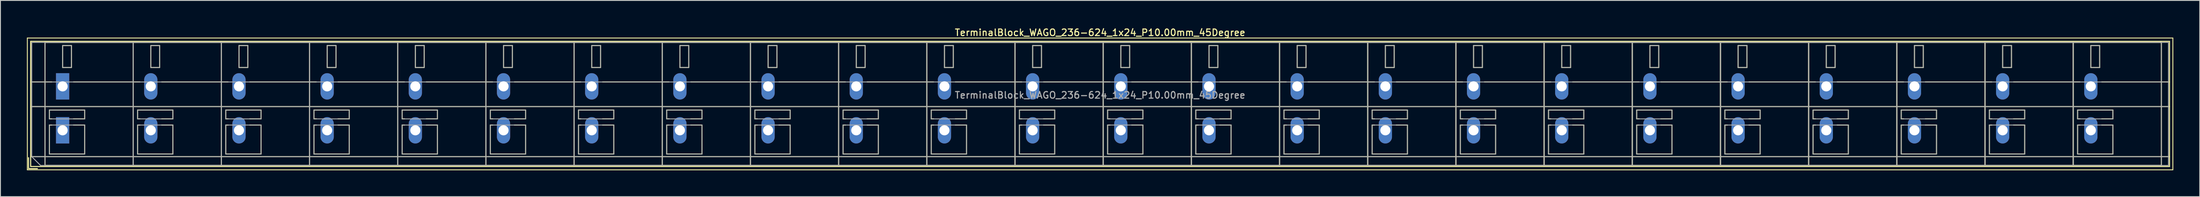
<source format=kicad_pcb>
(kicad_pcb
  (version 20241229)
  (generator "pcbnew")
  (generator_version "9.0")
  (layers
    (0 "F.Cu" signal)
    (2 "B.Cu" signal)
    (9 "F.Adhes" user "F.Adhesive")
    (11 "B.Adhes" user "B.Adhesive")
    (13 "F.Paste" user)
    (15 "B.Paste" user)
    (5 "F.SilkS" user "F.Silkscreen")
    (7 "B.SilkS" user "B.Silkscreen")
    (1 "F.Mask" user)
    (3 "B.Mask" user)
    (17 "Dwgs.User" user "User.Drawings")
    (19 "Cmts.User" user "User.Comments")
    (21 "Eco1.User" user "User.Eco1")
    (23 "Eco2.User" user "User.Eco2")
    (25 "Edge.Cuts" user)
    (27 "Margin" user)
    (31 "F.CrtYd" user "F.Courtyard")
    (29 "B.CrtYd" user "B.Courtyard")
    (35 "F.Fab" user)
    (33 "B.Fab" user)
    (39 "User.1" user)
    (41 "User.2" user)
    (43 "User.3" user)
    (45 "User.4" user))
  (footprint "TerminalBlock_WAGO_236-624_1x24_P10.00mm_45Degree"
    (layer "F.Cu")
    (at 4.05 6.778)
    (property "Reference" "TerminalBlock_WAGO_236-624_1x24_P10.00mm_45Degree" (at 117.65 -6.12 0) (layer "F.SilkS") (effects (font (size 0.75 0.75) (thickness 0.125))))
    (attr through_hole)
    (fp_line (start -4 -5.5) (end -4 9.5) (stroke (width 0.1) (type solid)) (layer "F.SilkS"))
    (fp_line (start -4 9.5) (end 239.3 9.5) (stroke (width 0.1) (type solid)) (layer "F.SilkS"))
    (fp_line (start -3.86 8.12) (end -3.86 9.36) (stroke (width 0.12) (type solid)) (layer "F.SilkS"))
    (fp_line (start -3.86 9.36) (end -2.86 9.36) (stroke (width 0.12) (type solid)) (layer "F.SilkS"))
    (fp_line (start -3.62 -5.12) (end -3.62 9.12) (stroke (width 0.12) (type solid)) (layer "F.SilkS"))
    (fp_line (start -3.62 -5.12) (end 238.92 -5.12) (stroke (width 0.12) (type solid)) (layer "F.SilkS"))
    (fp_line (start -3.62 -0.5) (end -1.23 -0.5) (stroke (width 0.12) (type solid)) (layer "F.SilkS"))
    (fp_line (start -3.62 2.3) (end 238.92 2.3) (stroke (width 0.12) (type solid)) (layer "F.SilkS"))
    (fp_line (start -3.62 8) (end 238.92 8) (stroke (width 0.12) (type solid)) (layer "F.SilkS"))
    (fp_line (start -3.62 9.12) (end 238.92 9.12) (stroke (width 0.12) (type solid)) (layer "F.SilkS"))
    (fp_line (start -2 -5) (end -2 9) (stroke (width 0.12) (type solid)) (layer "F.SilkS"))
    (fp_line (start -2 -5) (end 8 -5) (stroke (width 0.12) (type solid)) (layer "F.SilkS"))
    (fp_line (start -2 9) (end 8 9) (stroke (width 0.12) (type solid)) (layer "F.SilkS"))
    (fp_line (start -1.5 2.7) (end -1.5 3.7) (stroke (width 0.12) (type solid)) (layer "F.SilkS"))
    (fp_line (start -1.5 2.7) (end 2.5 2.7) (stroke (width 0.12) (type solid)) (layer "F.SilkS"))
    (fp_line (start -1.5 3.7) (end -1.23 3.7) (stroke (width 0.12) (type solid)) (layer "F.SilkS"))
    (fp_line (start -1.5 4.4) (end -1.5 7.7) (stroke (width 0.12) (type solid)) (layer "F.SilkS"))
    (fp_line (start -1.5 4.4) (end -1.23 4.4) (stroke (width 0.12) (type solid)) (layer "F.SilkS"))
    (fp_line (start -1.5 7.7) (end 2.5 7.7) (stroke (width 0.12) (type solid)) (layer "F.SilkS"))
    (fp_line (start 0 -4.65) (end 0 -2.151) (stroke (width 0.12) (type solid)) (layer "F.SilkS"))
    (fp_line (start 0 -4.65) (end 1 -4.65) (stroke (width 0.12) (type solid)) (layer "F.SilkS"))
    (fp_line (start 0 -2.151) (end 1 -2.151) (stroke (width 0.12) (type solid)) (layer "F.SilkS"))
    (fp_line (start 1 -4.65) (end 1 -2.151) (stroke (width 0.12) (type solid)) (layer "F.SilkS"))
    (fp_line (start 1.23 -0.5) (end 8.77 -0.5) (stroke (width 0.12) (type solid)) (layer "F.SilkS"))
    (fp_line (start 1.23 3.7) (end 2.5 3.7) (stroke (width 0.12) (type solid)) (layer "F.SilkS"))
    (fp_line (start 1.23 4.4) (end 2.5 4.4) (stroke (width 0.12) (type solid)) (layer "F.SilkS"))
    (fp_line (start 2.5 2.7) (end 2.5 3.7) (stroke (width 0.12) (type solid)) (layer "F.SilkS"))
    (fp_line (start 2.5 4.4) (end 2.5 7.7) (stroke (width 0.12) (type solid)) (layer "F.SilkS"))
    (fp_line (start 8 -5) (end 8 9) (stroke (width 0.12) (type solid)) (layer "F.SilkS"))
    (fp_line (start 8 -5) (end 8 9) (stroke (width 0.12) (type solid)) (layer "F.SilkS"))
    (fp_line (start 8 -5) (end 18 -5) (stroke (width 0.12) (type solid)) (layer "F.SilkS"))
    (fp_line (start 8 9) (end 18 9) (stroke (width 0.12) (type solid)) (layer "F.SilkS"))
    (fp_line (start 8.5 2.7) (end 8.5 3.7) (stroke (width 0.12) (type solid)) (layer "F.SilkS"))
    (fp_line (start 8.5 2.7) (end 12.5 2.7) (stroke (width 0.12) (type solid)) (layer "F.SilkS"))
    (fp_line (start 8.5 3.7) (end 8.77 3.7) (stroke (width 0.12) (type solid)) (layer "F.SilkS"))
    (fp_line (start 8.5 4.4) (end 8.5 7.7) (stroke (width 0.12) (type solid)) (layer "F.SilkS"))
    (fp_line (start 8.5 4.4) (end 8.77 4.4) (stroke (width 0.12) (type solid)) (layer "F.SilkS"))
    (fp_line (start 8.5 7.7) (end 12.5 7.7) (stroke (width 0.12) (type solid)) (layer "F.SilkS"))
    (fp_line (start 10 -4.65) (end 10 -2.151) (stroke (width 0.12) (type solid)) (layer "F.SilkS"))
    (fp_line (start 10 -4.65) (end 11 -4.65) (stroke (width 0.12) (type solid)) (layer "F.SilkS"))
    (fp_line (start 10 -2.151) (end 11 -2.151) (stroke (width 0.12) (type solid)) (layer "F.SilkS"))
    (fp_line (start 11 -4.65) (end 11 -2.151) (stroke (width 0.12) (type solid)) (layer "F.SilkS"))
    (fp_line (start 11.23 -0.5) (end 18.77 -0.5) (stroke (width 0.12) (type solid)) (layer "F.SilkS"))
    (fp_line (start 11.23 3.7) (end 12.5 3.7) (stroke (width 0.12) (type solid)) (layer "F.SilkS"))
    (fp_line (start 11.23 4.4) (end 12.5 4.4) (stroke (width 0.12) (type solid)) (layer "F.SilkS"))
    (fp_line (start 12.5 2.7) (end 12.5 3.7) (stroke (width 0.12) (type solid)) (layer "F.SilkS"))
    (fp_line (start 12.5 4.4) (end 12.5 7.7) (stroke (width 0.12) (type solid)) (layer "F.SilkS"))
    (fp_line (start 18 -5) (end 18 9) (stroke (width 0.12) (type solid)) (layer "F.SilkS"))
    (fp_line (start 18 -5) (end 18 9) (stroke (width 0.12) (type solid)) (layer "F.SilkS"))
    (fp_line (start 18 -5) (end 28 -5) (stroke (width 0.12) (type solid)) (layer "F.SilkS"))
    (fp_line (start 18 9) (end 28 9) (stroke (width 0.12) (type solid)) (layer "F.SilkS"))
    (fp_line (start 18.5 2.7) (end 18.5 3.7) (stroke (width 0.12) (type solid)) (layer "F.SilkS"))
    (fp_line (start 18.5 2.7) (end 22.5 2.7) (stroke (width 0.12) (type solid)) (layer "F.SilkS"))
    (fp_line (start 18.5 3.7) (end 18.77 3.7) (stroke (width 0.12) (type solid)) (layer "F.SilkS"))
    (fp_line (start 18.5 4.4) (end 18.5 7.7) (stroke (width 0.12) (type solid)) (layer "F.SilkS"))
    (fp_line (start 18.5 4.4) (end 18.77 4.4) (stroke (width 0.12) (type solid)) (layer "F.SilkS"))
    (fp_line (start 18.5 7.7) (end 22.5 7.7) (stroke (width 0.12) (type solid)) (layer "F.SilkS"))
    (fp_line (start 20 -4.65) (end 20 -2.151) (stroke (width 0.12) (type solid)) (layer "F.SilkS"))
    (fp_line (start 20 -4.65) (end 21 -4.65) (stroke (width 0.12) (type solid)) (layer "F.SilkS"))
    (fp_line (start 20 -2.151) (end 21 -2.151) (stroke (width 0.12) (type solid)) (layer "F.SilkS"))
    (fp_line (start 21 -4.65) (end 21 -2.151) (stroke (width 0.12) (type solid)) (layer "F.SilkS"))
    (fp_line (start 21.23 -0.5) (end 28.77 -0.5) (stroke (width 0.12) (type solid)) (layer "F.SilkS"))
    (fp_line (start 21.23 3.7) (end 22.5 3.7) (stroke (width 0.12) (type solid)) (layer "F.SilkS"))
    (fp_line (start 21.23 4.4) (end 22.5 4.4) (stroke (width 0.12) (type solid)) (layer "F.SilkS"))
    (fp_line (start 22.5 2.7) (end 22.5 3.7) (stroke (width 0.12) (type solid)) (layer "F.SilkS"))
    (fp_line (start 22.5 4.4) (end 22.5 7.7) (stroke (width 0.12) (type solid)) (layer "F.SilkS"))
    (fp_line (start 28 -5) (end 28 9) (stroke (width 0.12) (type solid)) (layer "F.SilkS"))
    (fp_line (start 28 -5) (end 28 9) (stroke (width 0.12) (type solid)) (layer "F.SilkS"))
    (fp_line (start 28 -5) (end 38 -5) (stroke (width 0.12) (type solid)) (layer "F.SilkS"))
    (fp_line (start 28 9) (end 38 9) (stroke (width 0.12) (type solid)) (layer "F.SilkS"))
    (fp_line (start 28.5 2.7) (end 28.5 3.7) (stroke (width 0.12) (type solid)) (layer "F.SilkS"))
    (fp_line (start 28.5 2.7) (end 32.5 2.7) (stroke (width 0.12) (type solid)) (layer "F.SilkS"))
    (fp_line (start 28.5 3.7) (end 28.77 3.7) (stroke (width 0.12) (type solid)) (layer "F.SilkS"))
    (fp_line (start 28.5 4.4) (end 28.5 7.7) (stroke (width 0.12) (type solid)) (layer "F.SilkS"))
    (fp_line (start 28.5 4.4) (end 28.77 4.4) (stroke (width 0.12) (type solid)) (layer "F.SilkS"))
    (fp_line (start 28.5 7.7) (end 32.5 7.7) (stroke (width 0.12) (type solid)) (layer "F.SilkS"))
    (fp_line (start 30 -4.65) (end 30 -2.151) (stroke (width 0.12) (type solid)) (layer "F.SilkS"))
    (fp_line (start 30 -4.65) (end 31 -4.65) (stroke (width 0.12) (type solid)) (layer "F.SilkS"))
    (fp_line (start 30 -2.151) (end 31 -2.151) (stroke (width 0.12) (type solid)) (layer "F.SilkS"))
    (fp_line (start 31 -4.65) (end 31 -2.151) (stroke (width 0.12) (type solid)) (layer "F.SilkS"))
    (fp_line (start 31.23 -0.5) (end 38.77 -0.5) (stroke (width 0.12) (type solid)) (layer "F.SilkS"))
    (fp_line (start 31.23 3.7) (end 32.5 3.7) (stroke (width 0.12) (type solid)) (layer "F.SilkS"))
    (fp_line (start 31.23 4.4) (end 32.5 4.4) (stroke (width 0.12) (type solid)) (layer "F.SilkS"))
    (fp_line (start 32.5 2.7) (end 32.5 3.7) (stroke (width 0.12) (type solid)) (layer "F.SilkS"))
    (fp_line (start 32.5 4.4) (end 32.5 7.7) (stroke (width 0.12) (type solid)) (layer "F.SilkS"))
    (fp_line (start 38 -5) (end 38 9) (stroke (width 0.12) (type solid)) (layer "F.SilkS"))
    (fp_line (start 38 -5) (end 38 9) (stroke (width 0.12) (type solid)) (layer "F.SilkS"))
    (fp_line (start 38 -5) (end 48 -5) (stroke (width 0.12) (type solid)) (layer "F.SilkS"))
    (fp_line (start 38 9) (end 48 9) (stroke (width 0.12) (type solid)) (layer "F.SilkS"))
    (fp_line (start 38.5 2.7) (end 38.5 3.7) (stroke (width 0.12) (type solid)) (layer "F.SilkS"))
    (fp_line (start 38.5 2.7) (end 42.5 2.7) (stroke (width 0.12) (type solid)) (layer "F.SilkS"))
    (fp_line (start 38.5 3.7) (end 38.77 3.7) (stroke (width 0.12) (type solid)) (layer "F.SilkS"))
    (fp_line (start 38.5 4.4) (end 38.5 7.7) (stroke (width 0.12) (type solid)) (layer "F.SilkS"))
    (fp_line (start 38.5 4.4) (end 38.77 4.4) (stroke (width 0.12) (type solid)) (layer "F.SilkS"))
    (fp_line (start 38.5 7.7) (end 42.5 7.7) (stroke (width 0.12) (type solid)) (layer "F.SilkS"))
    (fp_line (start 40 -4.65) (end 40 -2.151) (stroke (width 0.12) (type solid)) (layer "F.SilkS"))
    (fp_line (start 40 -4.65) (end 41 -4.65) (stroke (width 0.12) (type solid)) (layer "F.SilkS"))
    (fp_line (start 40 -2.151) (end 41 -2.151) (stroke (width 0.12) (type solid)) (layer "F.SilkS"))
    (fp_line (start 41 -4.65) (end 41 -2.151) (stroke (width 0.12) (type solid)) (layer "F.SilkS"))
    (fp_line (start 41.23 -0.5) (end 48.77 -0.5) (stroke (width 0.12) (type solid)) (layer "F.SilkS"))
    (fp_line (start 41.23 3.7) (end 42.5 3.7) (stroke (width 0.12) (type solid)) (layer "F.SilkS"))
    (fp_line (start 41.23 4.4) (end 42.5 4.4) (stroke (width 0.12) (type solid)) (layer "F.SilkS"))
    (fp_line (start 42.5 2.7) (end 42.5 3.7) (stroke (width 0.12) (type solid)) (layer "F.SilkS"))
    (fp_line (start 42.5 4.4) (end 42.5 7.7) (stroke (width 0.12) (type solid)) (layer "F.SilkS"))
    (fp_line (start 48 -5) (end 48 9) (stroke (width 0.12) (type solid)) (layer "F.SilkS"))
    (fp_line (start 48 -5) (end 48 9) (stroke (width 0.12) (type solid)) (layer "F.SilkS"))
    (fp_line (start 48 -5) (end 58 -5) (stroke (width 0.12) (type solid)) (layer "F.SilkS"))
    (fp_line (start 48 9) (end 58 9) (stroke (width 0.12) (type solid)) (layer "F.SilkS"))
    (fp_line (start 48.5 2.7) (end 48.5 3.7) (stroke (width 0.12) (type solid)) (layer "F.SilkS"))
    (fp_line (start 48.5 2.7) (end 52.5 2.7) (stroke (width 0.12) (type solid)) (layer "F.SilkS"))
    (fp_line (start 48.5 3.7) (end 48.77 3.7) (stroke (width 0.12) (type solid)) (layer "F.SilkS"))
    (fp_line (start 48.5 4.4) (end 48.5 7.7) (stroke (width 0.12) (type solid)) (layer "F.SilkS"))
    (fp_line (start 48.5 4.4) (end 48.77 4.4) (stroke (width 0.12) (type solid)) (layer "F.SilkS"))
    (fp_line (start 48.5 7.7) (end 52.5 7.7) (stroke (width 0.12) (type solid)) (layer "F.SilkS"))
    (fp_line (start 50 -4.65) (end 50 -2.151) (stroke (width 0.12) (type solid)) (layer "F.SilkS"))
    (fp_line (start 50 -4.65) (end 51 -4.65) (stroke (width 0.12) (type solid)) (layer "F.SilkS"))
    (fp_line (start 50 -2.151) (end 51 -2.151) (stroke (width 0.12) (type solid)) (layer "F.SilkS"))
    (fp_line (start 51 -4.65) (end 51 -2.151) (stroke (width 0.12) (type solid)) (layer "F.SilkS"))
    (fp_line (start 51.23 -0.5) (end 58.77 -0.5) (stroke (width 0.12) (type solid)) (layer "F.SilkS"))
    (fp_line (start 51.23 3.7) (end 52.5 3.7) (stroke (width 0.12) (type solid)) (layer "F.SilkS"))
    (fp_line (start 51.23 4.4) (end 52.5 4.4) (stroke (width 0.12) (type solid)) (layer "F.SilkS"))
    (fp_line (start 52.5 2.7) (end 52.5 3.7) (stroke (width 0.12) (type solid)) (layer "F.SilkS"))
    (fp_line (start 52.5 4.4) (end 52.5 7.7) (stroke (width 0.12) (type solid)) (layer "F.SilkS"))
    (fp_line (start 58 -5) (end 58 9) (stroke (width 0.12) (type solid)) (layer "F.SilkS"))
    (fp_line (start 58 -5) (end 58 9) (stroke (width 0.12) (type solid)) (layer "F.SilkS"))
    (fp_line (start 58 -5) (end 68 -5) (stroke (width 0.12) (type solid)) (layer "F.SilkS"))
    (fp_line (start 58 9) (end 68 9) (stroke (width 0.12) (type solid)) (layer "F.SilkS"))
    (fp_line (start 58.5 2.7) (end 58.5 3.7) (stroke (width 0.12) (type solid)) (layer "F.SilkS"))
    (fp_line (start 58.5 2.7) (end 62.5 2.7) (stroke (width 0.12) (type solid)) (layer "F.SilkS"))
    (fp_line (start 58.5 3.7) (end 58.77 3.7) (stroke (width 0.12) (type solid)) (layer "F.SilkS"))
    (fp_line (start 58.5 4.4) (end 58.5 7.7) (stroke (width 0.12) (type solid)) (layer "F.SilkS"))
    (fp_line (start 58.5 4.4) (end 58.77 4.4) (stroke (width 0.12) (type solid)) (layer "F.SilkS"))
    (fp_line (start 58.5 7.7) (end 62.5 7.7) (stroke (width 0.12) (type solid)) (layer "F.SilkS"))
    (fp_line (start 60 -4.65) (end 60 -2.151) (stroke (width 0.12) (type solid)) (layer "F.SilkS"))
    (fp_line (start 60 -4.65) (end 61 -4.65) (stroke (width 0.12) (type solid)) (layer "F.SilkS"))
    (fp_line (start 60 -2.151) (end 61 -2.151) (stroke (width 0.12) (type solid)) (layer "F.SilkS"))
    (fp_line (start 61 -4.65) (end 61 -2.151) (stroke (width 0.12) (type solid)) (layer "F.SilkS"))
    (fp_line (start 61.23 -0.5) (end 68.77 -0.5) (stroke (width 0.12) (type solid)) (layer "F.SilkS"))
    (fp_line (start 61.23 3.7) (end 62.5 3.7) (stroke (width 0.12) (type solid)) (layer "F.SilkS"))
    (fp_line (start 61.23 4.4) (end 62.5 4.4) (stroke (width 0.12) (type solid)) (layer "F.SilkS"))
    (fp_line (start 62.5 2.7) (end 62.5 3.7) (stroke (width 0.12) (type solid)) (layer "F.SilkS"))
    (fp_line (start 62.5 4.4) (end 62.5 7.7) (stroke (width 0.12) (type solid)) (layer "F.SilkS"))
    (fp_line (start 68 -5) (end 68 9) (stroke (width 0.12) (type solid)) (layer "F.SilkS"))
    (fp_line (start 68 -5) (end 68 9) (stroke (width 0.12) (type solid)) (layer "F.SilkS"))
    (fp_line (start 68 -5) (end 78 -5) (stroke (width 0.12) (type solid)) (layer "F.SilkS"))
    (fp_line (start 68 9) (end 78 9) (stroke (width 0.12) (type solid)) (layer "F.SilkS"))
    (fp_line (start 68.5 2.7) (end 68.5 3.7) (stroke (width 0.12) (type solid)) (layer "F.SilkS"))
    (fp_line (start 68.5 2.7) (end 72.5 2.7) (stroke (width 0.12) (type solid)) (layer "F.SilkS"))
    (fp_line (start 68.5 3.7) (end 68.77 3.7) (stroke (width 0.12) (type solid)) (layer "F.SilkS"))
    (fp_line (start 68.5 4.4) (end 68.5 7.7) (stroke (width 0.12) (type solid)) (layer "F.SilkS"))
    (fp_line (start 68.5 4.4) (end 68.77 4.4) (stroke (width 0.12) (type solid)) (layer "F.SilkS"))
    (fp_line (start 68.5 7.7) (end 72.5 7.7) (stroke (width 0.12) (type solid)) (layer "F.SilkS"))
    (fp_line (start 70 -4.65) (end 70 -2.151) (stroke (width 0.12) (type solid)) (layer "F.SilkS"))
    (fp_line (start 70 -4.65) (end 71 -4.65) (stroke (width 0.12) (type solid)) (layer "F.SilkS"))
    (fp_line (start 70 -2.151) (end 71 -2.151) (stroke (width 0.12) (type solid)) (layer "F.SilkS"))
    (fp_line (start 71 -4.65) (end 71 -2.151) (stroke (width 0.12) (type solid)) (layer "F.SilkS"))
    (fp_line (start 71.23 -0.5) (end 78.77 -0.5) (stroke (width 0.12) (type solid)) (layer "F.SilkS"))
    (fp_line (start 71.23 3.7) (end 72.5 3.7) (stroke (width 0.12) (type solid)) (layer "F.SilkS"))
    (fp_line (start 71.23 4.4) (end 72.5 4.4) (stroke (width 0.12) (type solid)) (layer "F.SilkS"))
    (fp_line (start 72.5 2.7) (end 72.5 3.7) (stroke (width 0.12) (type solid)) (layer "F.SilkS"))
    (fp_line (start 72.5 4.4) (end 72.5 7.7) (stroke (width 0.12) (type solid)) (layer "F.SilkS"))
    (fp_line (start 78 -5) (end 78 9) (stroke (width 0.12) (type solid)) (layer "F.SilkS"))
    (fp_line (start 78 -5) (end 78 9) (stroke (width 0.12) (type solid)) (layer "F.SilkS"))
    (fp_line (start 78 -5) (end 88 -5) (stroke (width 0.12) (type solid)) (layer "F.SilkS"))
    (fp_line (start 78 9) (end 88 9) (stroke (width 0.12) (type solid)) (layer "F.SilkS"))
    (fp_line (start 78.5 2.7) (end 78.5 3.7) (stroke (width 0.12) (type solid)) (layer "F.SilkS"))
    (fp_line (start 78.5 2.7) (end 82.5 2.7) (stroke (width 0.12) (type solid)) (layer "F.SilkS"))
    (fp_line (start 78.5 3.7) (end 78.77 3.7) (stroke (width 0.12) (type solid)) (layer "F.SilkS"))
    (fp_line (start 78.5 4.4) (end 78.5 7.7) (stroke (width 0.12) (type solid)) (layer "F.SilkS"))
    (fp_line (start 78.5 4.4) (end 78.77 4.4) (stroke (width 0.12) (type solid)) (layer "F.SilkS"))
    (fp_line (start 78.5 7.7) (end 82.5 7.7) (stroke (width 0.12) (type solid)) (layer "F.SilkS"))
    (fp_line (start 80 -4.65) (end 80 -2.151) (stroke (width 0.12) (type solid)) (layer "F.SilkS"))
    (fp_line (start 80 -4.65) (end 81 -4.65) (stroke (width 0.12) (type solid)) (layer "F.SilkS"))
    (fp_line (start 80 -2.151) (end 81 -2.151) (stroke (width 0.12) (type solid)) (layer "F.SilkS"))
    (fp_line (start 81 -4.65) (end 81 -2.151) (stroke (width 0.12) (type solid)) (layer "F.SilkS"))
    (fp_line (start 81.23 -0.5) (end 88.77 -0.5) (stroke (width 0.12) (type solid)) (layer "F.SilkS"))
    (fp_line (start 81.23 3.7) (end 82.5 3.7) (stroke (width 0.12) (type solid)) (layer "F.SilkS"))
    (fp_line (start 81.23 4.4) (end 82.5 4.4) (stroke (width 0.12) (type solid)) (layer "F.SilkS"))
    (fp_line (start 82.5 2.7) (end 82.5 3.7) (stroke (width 0.12) (type solid)) (layer "F.SilkS"))
    (fp_line (start 82.5 4.4) (end 82.5 7.7) (stroke (width 0.12) (type solid)) (layer "F.SilkS"))
    (fp_line (start 88 -5) (end 88 9) (stroke (width 0.12) (type solid)) (layer "F.SilkS"))
    (fp_line (start 88 -5) (end 88 9) (stroke (width 0.12) (type solid)) (layer "F.SilkS"))
    (fp_line (start 88 -5) (end 98 -5) (stroke (width 0.12) (type solid)) (layer "F.SilkS"))
    (fp_line (start 88 9) (end 98 9) (stroke (width 0.12) (type solid)) (layer "F.SilkS"))
    (fp_line (start 88.5 2.7) (end 88.5 3.7) (stroke (width 0.12) (type solid)) (layer "F.SilkS"))
    (fp_line (start 88.5 2.7) (end 92.5 2.7) (stroke (width 0.12) (type solid)) (layer "F.SilkS"))
    (fp_line (start 88.5 3.7) (end 88.77 3.7) (stroke (width 0.12) (type solid)) (layer "F.SilkS"))
    (fp_line (start 88.5 4.4) (end 88.5 7.7) (stroke (width 0.12) (type solid)) (layer "F.SilkS"))
    (fp_line (start 88.5 4.4) (end 88.77 4.4) (stroke (width 0.12) (type solid)) (layer "F.SilkS"))
    (fp_line (start 88.5 7.7) (end 92.5 7.7) (stroke (width 0.12) (type solid)) (layer "F.SilkS"))
    (fp_line (start 90 -4.65) (end 90 -2.151) (stroke (width 0.12) (type solid)) (layer "F.SilkS"))
    (fp_line (start 90 -4.65) (end 91 -4.65) (stroke (width 0.12) (type solid)) (layer "F.SilkS"))
    (fp_line (start 90 -2.151) (end 91 -2.151) (stroke (width 0.12) (type solid)) (layer "F.SilkS"))
    (fp_line (start 91 -4.65) (end 91 -2.151) (stroke (width 0.12) (type solid)) (layer "F.SilkS"))
    (fp_line (start 91.23 -0.5) (end 98.77 -0.5) (stroke (width 0.12) (type solid)) (layer "F.SilkS"))
    (fp_line (start 91.23 3.7) (end 92.5 3.7) (stroke (width 0.12) (type solid)) (layer "F.SilkS"))
    (fp_line (start 91.23 4.4) (end 92.5 4.4) (stroke (width 0.12) (type solid)) (layer "F.SilkS"))
    (fp_line (start 92.5 2.7) (end 92.5 3.7) (stroke (width 0.12) (type solid)) (layer "F.SilkS"))
    (fp_line (start 92.5 4.4) (end 92.5 7.7) (stroke (width 0.12) (type solid)) (layer "F.SilkS"))
    (fp_line (start 98 -5) (end 98 9) (stroke (width 0.12) (type solid)) (layer "F.SilkS"))
    (fp_line (start 98 -5) (end 98 9) (stroke (width 0.12) (type solid)) (layer "F.SilkS"))
    (fp_line (start 98 -5) (end 108 -5) (stroke (width 0.12) (type solid)) (layer "F.SilkS"))
    (fp_line (start 98 9) (end 108 9) (stroke (width 0.12) (type solid)) (layer "F.SilkS"))
    (fp_line (start 98.5 2.7) (end 98.5 3.7) (stroke (width 0.12) (type solid)) (layer "F.SilkS"))
    (fp_line (start 98.5 2.7) (end 102.5 2.7) (stroke (width 0.12) (type solid)) (layer "F.SilkS"))
    (fp_line (start 98.5 3.7) (end 98.77 3.7) (stroke (width 0.12) (type solid)) (layer "F.SilkS"))
    (fp_line (start 98.5 4.4) (end 98.5 7.7) (stroke (width 0.12) (type solid)) (layer "F.SilkS"))
    (fp_line (start 98.5 4.4) (end 98.77 4.4) (stroke (width 0.12) (type solid)) (layer "F.SilkS"))
    (fp_line (start 98.5 7.7) (end 102.5 7.7) (stroke (width 0.12) (type solid)) (layer "F.SilkS"))
    (fp_line (start 100 -4.65) (end 100 -2.151) (stroke (width 0.12) (type solid)) (layer "F.SilkS"))
    (fp_line (start 100 -4.65) (end 101 -4.65) (stroke (width 0.12) (type solid)) (layer "F.SilkS"))
    (fp_line (start 100 -2.151) (end 101 -2.151) (stroke (width 0.12) (type solid)) (layer "F.SilkS"))
    (fp_line (start 101 -4.65) (end 101 -2.151) (stroke (width 0.12) (type solid)) (layer "F.SilkS"))
    (fp_line (start 101.23 -0.5) (end 108.77 -0.5) (stroke (width 0.12) (type solid)) (layer "F.SilkS"))
    (fp_line (start 101.23 3.7) (end 102.5 3.7) (stroke (width 0.12) (type solid)) (layer "F.SilkS"))
    (fp_line (start 101.23 4.4) (end 102.5 4.4) (stroke (width 0.12) (type solid)) (layer "F.SilkS"))
    (fp_line (start 102.5 2.7) (end 102.5 3.7) (stroke (width 0.12) (type solid)) (layer "F.SilkS"))
    (fp_line (start 102.5 4.4) (end 102.5 7.7) (stroke (width 0.12) (type solid)) (layer "F.SilkS"))
    (fp_line (start 108 -5) (end 108 9) (stroke (width 0.12) (type solid)) (layer "F.SilkS"))
    (fp_line (start 108 -5) (end 108 9) (stroke (width 0.12) (type solid)) (layer "F.SilkS"))
    (fp_line (start 108 -5) (end 118 -5) (stroke (width 0.12) (type solid)) (layer "F.SilkS"))
    (fp_line (start 108 9) (end 118 9) (stroke (width 0.12) (type solid)) (layer "F.SilkS"))
    (fp_line (start 108.5 2.7) (end 108.5 3.7) (stroke (width 0.12) (type solid)) (layer "F.SilkS"))
    (fp_line (start 108.5 2.7) (end 112.5 2.7) (stroke (width 0.12) (type solid)) (layer "F.SilkS"))
    (fp_line (start 108.5 3.7) (end 108.77 3.7) (stroke (width 0.12) (type solid)) (layer "F.SilkS"))
    (fp_line (start 108.5 4.4) (end 108.5 7.7) (stroke (width 0.12) (type solid)) (layer "F.SilkS"))
    (fp_line (start 108.5 4.4) (end 108.77 4.4) (stroke (width 0.12) (type solid)) (layer "F.SilkS"))
    (fp_line (start 108.5 7.7) (end 112.5 7.7) (stroke (width 0.12) (type solid)) (layer "F.SilkS"))
    (fp_line (start 110 -4.65) (end 110 -2.151) (stroke (width 0.12) (type solid)) (layer "F.SilkS"))
    (fp_line (start 110 -4.65) (end 111 -4.65) (stroke (width 0.12) (type solid)) (layer "F.SilkS"))
    (fp_line (start 110 -2.151) (end 111 -2.151) (stroke (width 0.12) (type solid)) (layer "F.SilkS"))
    (fp_line (start 111 -4.65) (end 111 -2.151) (stroke (width 0.12) (type solid)) (layer "F.SilkS"))
    (fp_line (start 111.23 -0.5) (end 118.77 -0.5) (stroke (width 0.12) (type solid)) (layer "F.SilkS"))
    (fp_line (start 111.23 3.7) (end 112.5 3.7) (stroke (width 0.12) (type solid)) (layer "F.SilkS"))
    (fp_line (start 111.23 4.4) (end 112.5 4.4) (stroke (width 0.12) (type solid)) (layer "F.SilkS"))
    (fp_line (start 112.5 2.7) (end 112.5 3.7) (stroke (width 0.12) (type solid)) (layer "F.SilkS"))
    (fp_line (start 112.5 4.4) (end 112.5 7.7) (stroke (width 0.12) (type solid)) (layer "F.SilkS"))
    (fp_line (start 118 -5) (end 118 9) (stroke (width 0.12) (type solid)) (layer "F.SilkS"))
    (fp_line (start 118 -5) (end 118 9) (stroke (width 0.12) (type solid)) (layer "F.SilkS"))
    (fp_line (start 118 -5) (end 128 -5) (stroke (width 0.12) (type solid)) (layer "F.SilkS"))
    (fp_line (start 118 9) (end 128 9) (stroke (width 0.12) (type solid)) (layer "F.SilkS"))
    (fp_line (start 118.5 2.7) (end 118.5 3.7) (stroke (width 0.12) (type solid)) (layer "F.SilkS"))
    (fp_line (start 118.5 2.7) (end 122.5 2.7) (stroke (width 0.12) (type solid)) (layer "F.SilkS"))
    (fp_line (start 118.5 3.7) (end 118.77 3.7) (stroke (width 0.12) (type solid)) (layer "F.SilkS"))
    (fp_line (start 118.5 4.4) (end 118.5 7.7) (stroke (width 0.12) (type solid)) (layer "F.SilkS"))
    (fp_line (start 118.5 4.4) (end 118.77 4.4) (stroke (width 0.12) (type solid)) (layer "F.SilkS"))
    (fp_line (start 118.5 7.7) (end 122.5 7.7) (stroke (width 0.12) (type solid)) (layer "F.SilkS"))
    (fp_line (start 120 -4.65) (end 120 -2.151) (stroke (width 0.12) (type solid)) (layer "F.SilkS"))
    (fp_line (start 120 -4.65) (end 121 -4.65) (stroke (width 0.12) (type solid)) (layer "F.SilkS"))
    (fp_line (start 120 -2.151) (end 121 -2.151) (stroke (width 0.12) (type solid)) (layer "F.SilkS"))
    (fp_line (start 121 -4.65) (end 121 -2.151) (stroke (width 0.12) (type solid)) (layer "F.SilkS"))
    (fp_line (start 121.23 -0.5) (end 128.771 -0.5) (stroke (width 0.12) (type solid)) (layer "F.SilkS"))
    (fp_line (start 121.23 3.7) (end 122.5 3.7) (stroke (width 0.12) (type solid)) (layer "F.SilkS"))
    (fp_line (start 121.23 4.4) (end 122.5 4.4) (stroke (width 0.12) (type solid)) (layer "F.SilkS"))
    (fp_line (start 122.5 2.7) (end 122.5 3.7) (stroke (width 0.12) (type solid)) (layer "F.SilkS"))
    (fp_line (start 122.5 4.4) (end 122.5 7.7) (stroke (width 0.12) (type solid)) (layer "F.SilkS"))
    (fp_line (start 128 -5) (end 128 9) (stroke (width 0.12) (type solid)) (layer "F.SilkS"))
    (fp_line (start 128 -5) (end 128 9) (stroke (width 0.12) (type solid)) (layer "F.SilkS"))
    (fp_line (start 128 -5) (end 138 -5) (stroke (width 0.12) (type solid)) (layer "F.SilkS"))
    (fp_line (start 128 9) (end 138 9) (stroke (width 0.12) (type solid)) (layer "F.SilkS"))
    (fp_line (start 128.5 2.7) (end 128.5 3.7) (stroke (width 0.12) (type solid)) (layer "F.SilkS"))
    (fp_line (start 128.5 2.7) (end 132.5 2.7) (stroke (width 0.12) (type solid)) (layer "F.SilkS"))
    (fp_line (start 128.5 3.7) (end 128.771 3.7) (stroke (width 0.12) (type solid)) (layer "F.SilkS"))
    (fp_line (start 128.5 4.4) (end 128.5 7.7) (stroke (width 0.12) (type solid)) (layer "F.SilkS"))
    (fp_line (start 128.5 4.4) (end 128.771 4.4) (stroke (width 0.12) (type solid)) (layer "F.SilkS"))
    (fp_line (start 128.5 7.7) (end 132.5 7.7) (stroke (width 0.12) (type solid)) (layer "F.SilkS"))
    (fp_line (start 130 -4.65) (end 130 -2.151) (stroke (width 0.12) (type solid)) (layer "F.SilkS"))
    (fp_line (start 130 -4.65) (end 131 -4.65) (stroke (width 0.12) (type solid)) (layer "F.SilkS"))
    (fp_line (start 130 -2.151) (end 131 -2.151) (stroke (width 0.12) (type solid)) (layer "F.SilkS"))
    (fp_line (start 131 -4.65) (end 131 -2.151) (stroke (width 0.12) (type solid)) (layer "F.SilkS"))
    (fp_line (start 131.23 -0.5) (end 138.77 -0.5) (stroke (width 0.12) (type solid)) (layer "F.SilkS"))
    (fp_line (start 131.23 3.7) (end 132.5 3.7) (stroke (width 0.12) (type solid)) (layer "F.SilkS"))
    (fp_line (start 131.23 4.4) (end 132.5 4.4) (stroke (width 0.12) (type solid)) (layer "F.SilkS"))
    (fp_line (start 132.5 2.7) (end 132.5 3.7) (stroke (width 0.12) (type solid)) (layer "F.SilkS"))
    (fp_line (start 132.5 4.4) (end 132.5 7.7) (stroke (width 0.12) (type solid)) (layer "F.SilkS"))
    (fp_line (start 138 -5) (end 138 9) (stroke (width 0.12) (type solid)) (layer "F.SilkS"))
    (fp_line (start 138 -5) (end 138 9) (stroke (width 0.12) (type solid)) (layer "F.SilkS"))
    (fp_line (start 138 -5) (end 148 -5) (stroke (width 0.12) (type solid)) (layer "F.SilkS"))
    (fp_line (start 138 9) (end 148 9) (stroke (width 0.12) (type solid)) (layer "F.SilkS"))
    (fp_line (start 138.5 2.7) (end 138.5 3.7) (stroke (width 0.12) (type solid)) (layer "F.SilkS"))
    (fp_line (start 138.5 2.7) (end 142.5 2.7) (stroke (width 0.12) (type solid)) (layer "F.SilkS"))
    (fp_line (start 138.5 3.7) (end 138.77 3.7) (stroke (width 0.12) (type solid)) (layer "F.SilkS"))
    (fp_line (start 138.5 4.4) (end 138.5 7.7) (stroke (width 0.12) (type solid)) (layer "F.SilkS"))
    (fp_line (start 138.5 4.4) (end 138.77 4.4) (stroke (width 0.12) (type solid)) (layer "F.SilkS"))
    (fp_line (start 138.5 7.7) (end 142.5 7.7) (stroke (width 0.12) (type solid)) (layer "F.SilkS"))
    (fp_line (start 140 -4.65) (end 140 -2.151) (stroke (width 0.12) (type solid)) (layer "F.SilkS"))
    (fp_line (start 140 -4.65) (end 141 -4.65) (stroke (width 0.12) (type solid)) (layer "F.SilkS"))
    (fp_line (start 140 -2.151) (end 141 -2.151) (stroke (width 0.12) (type solid)) (layer "F.SilkS"))
    (fp_line (start 141 -4.65) (end 141 -2.151) (stroke (width 0.12) (type solid)) (layer "F.SilkS"))
    (fp_line (start 141.23 -0.5) (end 148.77 -0.5) (stroke (width 0.12) (type solid)) (layer "F.SilkS"))
    (fp_line (start 141.23 3.7) (end 142.5 3.7) (stroke (width 0.12) (type solid)) (layer "F.SilkS"))
    (fp_line (start 141.23 4.4) (end 142.5 4.4) (stroke (width 0.12) (type solid)) (layer "F.SilkS"))
    (fp_line (start 142.5 2.7) (end 142.5 3.7) (stroke (width 0.12) (type solid)) (layer "F.SilkS"))
    (fp_line (start 142.5 4.4) (end 142.5 7.7) (stroke (width 0.12) (type solid)) (layer "F.SilkS"))
    (fp_line (start 148 -5) (end 148 9) (stroke (width 0.12) (type solid)) (layer "F.SilkS"))
    (fp_line (start 148 -5) (end 148 9) (stroke (width 0.12) (type solid)) (layer "F.SilkS"))
    (fp_line (start 148 -5) (end 158 -5) (stroke (width 0.12) (type solid)) (layer "F.SilkS"))
    (fp_line (start 148 9) (end 158 9) (stroke (width 0.12) (type solid)) (layer "F.SilkS"))
    (fp_line (start 148.5 2.7) (end 148.5 3.7) (stroke (width 0.12) (type solid)) (layer "F.SilkS"))
    (fp_line (start 148.5 2.7) (end 152.5 2.7) (stroke (width 0.12) (type solid)) (layer "F.SilkS"))
    (fp_line (start 148.5 3.7) (end 148.77 3.7) (stroke (width 0.12) (type solid)) (layer "F.SilkS"))
    (fp_line (start 148.5 4.4) (end 148.5 7.7) (stroke (width 0.12) (type solid)) (layer "F.SilkS"))
    (fp_line (start 148.5 4.4) (end 148.77 4.4) (stroke (width 0.12) (type solid)) (layer "F.SilkS"))
    (fp_line (start 148.5 7.7) (end 152.5 7.7) (stroke (width 0.12) (type solid)) (layer "F.SilkS"))
    (fp_line (start 150 -4.65) (end 150 -2.151) (stroke (width 0.12) (type solid)) (layer "F.SilkS"))
    (fp_line (start 150 -4.65) (end 151 -4.65) (stroke (width 0.12) (type solid)) (layer "F.SilkS"))
    (fp_line (start 150 -2.151) (end 151 -2.151) (stroke (width 0.12) (type solid)) (layer "F.SilkS"))
    (fp_line (start 151 -4.65) (end 151 -2.151) (stroke (width 0.12) (type solid)) (layer "F.SilkS"))
    (fp_line (start 151.23 -0.5) (end 158.77 -0.5) (stroke (width 0.12) (type solid)) (layer "F.SilkS"))
    (fp_line (start 151.23 3.7) (end 152.5 3.7) (stroke (width 0.12) (type solid)) (layer "F.SilkS"))
    (fp_line (start 151.23 4.4) (end 152.5 4.4) (stroke (width 0.12) (type solid)) (layer "F.SilkS"))
    (fp_line (start 152.5 2.7) (end 152.5 3.7) (stroke (width 0.12) (type solid)) (layer "F.SilkS"))
    (fp_line (start 152.5 4.4) (end 152.5 7.7) (stroke (width 0.12) (type solid)) (layer "F.SilkS"))
    (fp_line (start 158 -5) (end 158 9) (stroke (width 0.12) (type solid)) (layer "F.SilkS"))
    (fp_line (start 158 -5) (end 158 9) (stroke (width 0.12) (type solid)) (layer "F.SilkS"))
    (fp_line (start 158 -5) (end 168 -5) (stroke (width 0.12) (type solid)) (layer "F.SilkS"))
    (fp_line (start 158 9) (end 168 9) (stroke (width 0.12) (type solid)) (layer "F.SilkS"))
    (fp_line (start 158.5 2.7) (end 158.5 3.7) (stroke (width 0.12) (type solid)) (layer "F.SilkS"))
    (fp_line (start 158.5 2.7) (end 162.5 2.7) (stroke (width 0.12) (type solid)) (layer "F.SilkS"))
    (fp_line (start 158.5 3.7) (end 158.77 3.7) (stroke (width 0.12) (type solid)) (layer "F.SilkS"))
    (fp_line (start 158.5 4.4) (end 158.5 7.7) (stroke (width 0.12) (type solid)) (layer "F.SilkS"))
    (fp_line (start 158.5 4.4) (end 158.77 4.4) (stroke (width 0.12) (type solid)) (layer "F.SilkS"))
    (fp_line (start 158.5 7.7) (end 162.5 7.7) (stroke (width 0.12) (type solid)) (layer "F.SilkS"))
    (fp_line (start 160 -4.65) (end 160 -2.151) (stroke (width 0.12) (type solid)) (layer "F.SilkS"))
    (fp_line (start 160 -4.65) (end 161 -4.65) (stroke (width 0.12) (type solid)) (layer "F.SilkS"))
    (fp_line (start 160 -2.151) (end 161 -2.151) (stroke (width 0.12) (type solid)) (layer "F.SilkS"))
    (fp_line (start 161 -4.65) (end 161 -2.151) (stroke (width 0.12) (type solid)) (layer "F.SilkS"))
    (fp_line (start 161.23 -0.5) (end 168.77 -0.5) (stroke (width 0.12) (type solid)) (layer "F.SilkS"))
    (fp_line (start 161.23 3.7) (end 162.5 3.7) (stroke (width 0.12) (type solid)) (layer "F.SilkS"))
    (fp_line (start 161.23 4.4) (end 162.5 4.4) (stroke (width 0.12) (type solid)) (layer "F.SilkS"))
    (fp_line (start 162.5 2.7) (end 162.5 3.7) (stroke (width 0.12) (type solid)) (layer "F.SilkS"))
    (fp_line (start 162.5 4.4) (end 162.5 7.7) (stroke (width 0.12) (type solid)) (layer "F.SilkS"))
    (fp_line (start 168 -5) (end 168 9) (stroke (width 0.12) (type solid)) (layer "F.SilkS"))
    (fp_line (start 168 -5) (end 168 9) (stroke (width 0.12) (type solid)) (layer "F.SilkS"))
    (fp_line (start 168 -5) (end 178 -5) (stroke (width 0.12) (type solid)) (layer "F.SilkS"))
    (fp_line (start 168 9) (end 178 9) (stroke (width 0.12) (type solid)) (layer "F.SilkS"))
    (fp_line (start 168.5 2.7) (end 168.5 3.7) (stroke (width 0.12) (type solid)) (layer "F.SilkS"))
    (fp_line (start 168.5 2.7) (end 172.5 2.7) (stroke (width 0.12) (type solid)) (layer "F.SilkS"))
    (fp_line (start 168.5 3.7) (end 168.77 3.7) (stroke (width 0.12) (type solid)) (layer "F.SilkS"))
    (fp_line (start 168.5 4.4) (end 168.5 7.7) (stroke (width 0.12) (type solid)) (layer "F.SilkS"))
    (fp_line (start 168.5 4.4) (end 168.77 4.4) (stroke (width 0.12) (type solid)) (layer "F.SilkS"))
    (fp_line (start 168.5 7.7) (end 172.5 7.7) (stroke (width 0.12) (type solid)) (layer "F.SilkS"))
    (fp_line (start 170 -4.65) (end 170 -2.151) (stroke (width 0.12) (type solid)) (layer "F.SilkS"))
    (fp_line (start 170 -4.65) (end 171 -4.65) (stroke (width 0.12) (type solid)) (layer "F.SilkS"))
    (fp_line (start 170 -2.151) (end 171 -2.151) (stroke (width 0.12) (type solid)) (layer "F.SilkS"))
    (fp_line (start 171 -4.65) (end 171 -2.151) (stroke (width 0.12) (type solid)) (layer "F.SilkS"))
    (fp_line (start 171.23 -0.5) (end 178.77 -0.5) (stroke (width 0.12) (type solid)) (layer "F.SilkS"))
    (fp_line (start 171.23 3.7) (end 172.5 3.7) (stroke (width 0.12) (type solid)) (layer "F.SilkS"))
    (fp_line (start 171.23 4.4) (end 172.5 4.4) (stroke (width 0.12) (type solid)) (layer "F.SilkS"))
    (fp_line (start 172.5 2.7) (end 172.5 3.7) (stroke (width 0.12) (type solid)) (layer "F.SilkS"))
    (fp_line (start 172.5 4.4) (end 172.5 7.7) (stroke (width 0.12) (type solid)) (layer "F.SilkS"))
    (fp_line (start 178 -5) (end 178 9) (stroke (width 0.12) (type solid)) (layer "F.SilkS"))
    (fp_line (start 178 -5) (end 178 9) (stroke (width 0.12) (type solid)) (layer "F.SilkS"))
    (fp_line (start 178 -5) (end 188 -5) (stroke (width 0.12) (type solid)) (layer "F.SilkS"))
    (fp_line (start 178 9) (end 188 9) (stroke (width 0.12) (type solid)) (layer "F.SilkS"))
    (fp_line (start 178.5 2.7) (end 178.5 3.7) (stroke (width 0.12) (type solid)) (layer "F.SilkS"))
    (fp_line (start 178.5 2.7) (end 182.5 2.7) (stroke (width 0.12) (type solid)) (layer "F.SilkS"))
    (fp_line (start 178.5 3.7) (end 178.77 3.7) (stroke (width 0.12) (type solid)) (layer "F.SilkS"))
    (fp_line (start 178.5 4.4) (end 178.5 7.7) (stroke (width 0.12) (type solid)) (layer "F.SilkS"))
    (fp_line (start 178.5 4.4) (end 178.77 4.4) (stroke (width 0.12) (type solid)) (layer "F.SilkS"))
    (fp_line (start 178.5 7.7) (end 182.5 7.7) (stroke (width 0.12) (type solid)) (layer "F.SilkS"))
    (fp_line (start 180 -4.65) (end 180 -2.151) (stroke (width 0.12) (type solid)) (layer "F.SilkS"))
    (fp_line (start 180 -4.65) (end 181 -4.65) (stroke (width 0.12) (type solid)) (layer "F.SilkS"))
    (fp_line (start 180 -2.151) (end 181 -2.151) (stroke (width 0.12) (type solid)) (layer "F.SilkS"))
    (fp_line (start 181 -4.65) (end 181 -2.151) (stroke (width 0.12) (type solid)) (layer "F.SilkS"))
    (fp_line (start 181.23 -0.5) (end 188.77 -0.5) (stroke (width 0.12) (type solid)) (layer "F.SilkS"))
    (fp_line (start 181.23 3.7) (end 182.5 3.7) (stroke (width 0.12) (type solid)) (layer "F.SilkS"))
    (fp_line (start 181.23 4.4) (end 182.5 4.4) (stroke (width 0.12) (type solid)) (layer "F.SilkS"))
    (fp_line (start 182.5 2.7) (end 182.5 3.7) (stroke (width 0.12) (type solid)) (layer "F.SilkS"))
    (fp_line (start 182.5 4.4) (end 182.5 7.7) (stroke (width 0.12) (type solid)) (layer "F.SilkS"))
    (fp_line (start 188 -5) (end 188 9) (stroke (width 0.12) (type solid)) (layer "F.SilkS"))
    (fp_line (start 188 -5) (end 188 9) (stroke (width 0.12) (type solid)) (layer "F.SilkS"))
    (fp_line (start 188 -5) (end 198 -5) (stroke (width 0.12) (type solid)) (layer "F.SilkS"))
    (fp_line (start 188 9) (end 198 9) (stroke (width 0.12) (type solid)) (layer "F.SilkS"))
    (fp_line (start 188.5 2.7) (end 188.5 3.7) (stroke (width 0.12) (type solid)) (layer "F.SilkS"))
    (fp_line (start 188.5 2.7) (end 192.5 2.7) (stroke (width 0.12) (type solid)) (layer "F.SilkS"))
    (fp_line (start 188.5 3.7) (end 188.77 3.7) (stroke (width 0.12) (type solid)) (layer "F.SilkS"))
    (fp_line (start 188.5 4.4) (end 188.5 7.7) (stroke (width 0.12) (type solid)) (layer "F.SilkS"))
    (fp_line (start 188.5 4.4) (end 188.77 4.4) (stroke (width 0.12) (type solid)) (layer "F.SilkS"))
    (fp_line (start 188.5 7.7) (end 192.5 7.7) (stroke (width 0.12) (type solid)) (layer "F.SilkS"))
    (fp_line (start 190 -4.65) (end 190 -2.151) (stroke (width 0.12) (type solid)) (layer "F.SilkS"))
    (fp_line (start 190 -4.65) (end 191 -4.65) (stroke (width 0.12) (type solid)) (layer "F.SilkS"))
    (fp_line (start 190 -2.151) (end 191 -2.151) (stroke (width 0.12) (type solid)) (layer "F.SilkS"))
    (fp_line (start 191 -4.65) (end 191 -2.151) (stroke (width 0.12) (type solid)) (layer "F.SilkS"))
    (fp_line (start 191.23 -0.5) (end 198.77 -0.5) (stroke (width 0.12) (type solid)) (layer "F.SilkS"))
    (fp_line (start 191.23 3.7) (end 192.5 3.7) (stroke (width 0.12) (type solid)) (layer "F.SilkS"))
    (fp_line (start 191.23 4.4) (end 192.5 4.4) (stroke (width 0.12) (type solid)) (layer "F.SilkS"))
    (fp_line (start 192.5 2.7) (end 192.5 3.7) (stroke (width 0.12) (type solid)) (layer "F.SilkS"))
    (fp_line (start 192.5 4.4) (end 192.5 7.7) (stroke (width 0.12) (type solid)) (layer "F.SilkS"))
    (fp_line (start 198 -5) (end 198 9) (stroke (width 0.12) (type solid)) (layer "F.SilkS"))
    (fp_line (start 198 -5) (end 198 9) (stroke (width 0.12) (type solid)) (layer "F.SilkS"))
    (fp_line (start 198 -5) (end 208 -5) (stroke (width 0.12) (type solid)) (layer "F.SilkS"))
    (fp_line (start 198 9) (end 208 9) (stroke (width 0.12) (type solid)) (layer "F.SilkS"))
    (fp_line (start 198.5 2.7) (end 198.5 3.7) (stroke (width 0.12) (type solid)) (layer "F.SilkS"))
    (fp_line (start 198.5 2.7) (end 202.5 2.7) (stroke (width 0.12) (type solid)) (layer "F.SilkS"))
    (fp_line (start 198.5 3.7) (end 198.77 3.7) (stroke (width 0.12) (type solid)) (layer "F.SilkS"))
    (fp_line (start 198.5 4.4) (end 198.5 7.7) (stroke (width 0.12) (type solid)) (layer "F.SilkS"))
    (fp_line (start 198.5 4.4) (end 198.77 4.4) (stroke (width 0.12) (type solid)) (layer "F.SilkS"))
    (fp_line (start 198.5 7.7) (end 202.5 7.7) (stroke (width 0.12) (type solid)) (layer "F.SilkS"))
    (fp_line (start 200 -4.65) (end 200 -2.151) (stroke (width 0.12) (type solid)) (layer "F.SilkS"))
    (fp_line (start 200 -4.65) (end 201 -4.65) (stroke (width 0.12) (type solid)) (layer "F.SilkS"))
    (fp_line (start 200 -2.151) (end 201 -2.151) (stroke (width 0.12) (type solid)) (layer "F.SilkS"))
    (fp_line (start 201 -4.65) (end 201 -2.151) (stroke (width 0.12) (type solid)) (layer "F.SilkS"))
    (fp_line (start 201.23 -0.5) (end 208.77 -0.5) (stroke (width 0.12) (type solid)) (layer "F.SilkS"))
    (fp_line (start 201.23 3.7) (end 202.5 3.7) (stroke (width 0.12) (type solid)) (layer "F.SilkS"))
    (fp_line (start 201.23 4.4) (end 202.5 4.4) (stroke (width 0.12) (type solid)) (layer "F.SilkS"))
    (fp_line (start 202.5 2.7) (end 202.5 3.7) (stroke (width 0.12) (type solid)) (layer "F.SilkS"))
    (fp_line (start 202.5 4.4) (end 202.5 7.7) (stroke (width 0.12) (type solid)) (layer "F.SilkS"))
    (fp_line (start 208 -5) (end 208 9) (stroke (width 0.12) (type solid)) (layer "F.SilkS"))
    (fp_line (start 208 -5) (end 208 9) (stroke (width 0.12) (type solid)) (layer "F.SilkS"))
    (fp_line (start 208 -5) (end 218 -5) (stroke (width 0.12) (type solid)) (layer "F.SilkS"))
    (fp_line (start 208 9) (end 218 9) (stroke (width 0.12) (type solid)) (layer "F.SilkS"))
    (fp_line (start 208.5 2.7) (end 208.5 3.7) (stroke (width 0.12) (type solid)) (layer "F.SilkS"))
    (fp_line (start 208.5 2.7) (end 212.5 2.7) (stroke (width 0.12) (type solid)) (layer "F.SilkS"))
    (fp_line (start 208.5 3.7) (end 208.77 3.7) (stroke (width 0.12) (type solid)) (layer "F.SilkS"))
    (fp_line (start 208.5 4.4) (end 208.5 7.7) (stroke (width 0.12) (type solid)) (layer "F.SilkS"))
    (fp_line (start 208.5 4.4) (end 208.77 4.4) (stroke (width 0.12) (type solid)) (layer "F.SilkS"))
    (fp_line (start 208.5 7.7) (end 212.5 7.7) (stroke (width 0.12) (type solid)) (layer "F.SilkS"))
    (fp_line (start 210 -4.65) (end 210 -2.151) (stroke (width 0.12) (type solid)) (layer "F.SilkS"))
    (fp_line (start 210 -4.65) (end 211 -4.65) (stroke (width 0.12) (type solid)) (layer "F.SilkS"))
    (fp_line (start 210 -2.151) (end 211 -2.151) (stroke (width 0.12) (type solid)) (layer "F.SilkS"))
    (fp_line (start 211 -4.65) (end 211 -2.151) (stroke (width 0.12) (type solid)) (layer "F.SilkS"))
    (fp_line (start 211.23 -0.5) (end 218.77 -0.5) (stroke (width 0.12) (type solid)) (layer "F.SilkS"))
    (fp_line (start 211.23 3.7) (end 212.5 3.7) (stroke (width 0.12) (type solid)) (layer "F.SilkS"))
    (fp_line (start 211.23 4.4) (end 212.5 4.4) (stroke (width 0.12) (type solid)) (layer "F.SilkS"))
    (fp_line (start 212.5 2.7) (end 212.5 3.7) (stroke (width 0.12) (type solid)) (layer "F.SilkS"))
    (fp_line (start 212.5 4.4) (end 212.5 7.7) (stroke (width 0.12) (type solid)) (layer "F.SilkS"))
    (fp_line (start 218 -5) (end 218 9) (stroke (width 0.12) (type solid)) (layer "F.SilkS"))
    (fp_line (start 218 -5) (end 218 9) (stroke (width 0.12) (type solid)) (layer "F.SilkS"))
    (fp_line (start 218 -5) (end 228 -5) (stroke (width 0.12) (type solid)) (layer "F.SilkS"))
    (fp_line (start 218 9) (end 228 9) (stroke (width 0.12) (type solid)) (layer "F.SilkS"))
    (fp_line (start 218.5 2.7) (end 218.5 3.7) (stroke (width 0.12) (type solid)) (layer "F.SilkS"))
    (fp_line (start 218.5 2.7) (end 222.5 2.7) (stroke (width 0.12) (type solid)) (layer "F.SilkS"))
    (fp_line (start 218.5 3.7) (end 218.77 3.7) (stroke (width 0.12) (type solid)) (layer "F.SilkS"))
    (fp_line (start 218.5 4.4) (end 218.5 7.7) (stroke (width 0.12) (type solid)) (layer "F.SilkS"))
    (fp_line (start 218.5 4.4) (end 218.77 4.4) (stroke (width 0.12) (type solid)) (layer "F.SilkS"))
    (fp_line (start 218.5 7.7) (end 222.5 7.7) (stroke (width 0.12) (type solid)) (layer "F.SilkS"))
    (fp_line (start 220 -4.65) (end 220 -2.151) (stroke (width 0.12) (type solid)) (layer "F.SilkS"))
    (fp_line (start 220 -4.65) (end 221 -4.65) (stroke (width 0.12) (type solid)) (layer "F.SilkS"))
    (fp_line (start 220 -2.151) (end 221 -2.151) (stroke (width 0.12) (type solid)) (layer "F.SilkS"))
    (fp_line (start 221 -4.65) (end 221 -2.151) (stroke (width 0.12) (type solid)) (layer "F.SilkS"))
    (fp_line (start 221.23 -0.5) (end 228.77 -0.5) (stroke (width 0.12) (type solid)) (layer "F.SilkS"))
    (fp_line (start 221.23 3.7) (end 222.5 3.7) (stroke (width 0.12) (type solid)) (layer "F.SilkS"))
    (fp_line (start 221.23 4.4) (end 222.5 4.4) (stroke (width 0.12) (type solid)) (layer "F.SilkS"))
    (fp_line (start 222.5 2.7) (end 222.5 3.7) (stroke (width 0.12) (type solid)) (layer "F.SilkS"))
    (fp_line (start 222.5 4.4) (end 222.5 7.7) (stroke (width 0.12) (type solid)) (layer "F.SilkS"))
    (fp_line (start 228 -5) (end 228 9) (stroke (width 0.12) (type solid)) (layer "F.SilkS"))
    (fp_line (start 228 -5) (end 228 9) (stroke (width 0.12) (type solid)) (layer "F.SilkS"))
    (fp_line (start 228 -5) (end 238 -5) (stroke (width 0.12) (type solid)) (layer "F.SilkS"))
    (fp_line (start 228 9) (end 238 9) (stroke (width 0.12) (type solid)) (layer "F.SilkS"))
    (fp_line (start 228.5 2.7) (end 228.5 3.7) (stroke (width 0.12) (type solid)) (layer "F.SilkS"))
    (fp_line (start 228.5 2.7) (end 232.5 2.7) (stroke (width 0.12) (type solid)) (layer "F.SilkS"))
    (fp_line (start 228.5 3.7) (end 228.77 3.7) (stroke (width 0.12) (type solid)) (layer "F.SilkS"))
    (fp_line (start 228.5 4.4) (end 228.5 7.7) (stroke (width 0.12) (type solid)) (layer "F.SilkS"))
    (fp_line (start 228.5 4.4) (end 228.77 4.4) (stroke (width 0.12) (type solid)) (layer "F.SilkS"))
    (fp_line (start 228.5 7.7) (end 232.5 7.7) (stroke (width 0.12) (type solid)) (layer "F.SilkS"))
    (fp_line (start 230 -4.65) (end 230 -2.151) (stroke (width 0.12) (type solid)) (layer "F.SilkS"))
    (fp_line (start 230 -4.65) (end 231 -4.65) (stroke (width 0.12) (type solid)) (layer "F.SilkS"))
    (fp_line (start 230 -2.151) (end 231 -2.151) (stroke (width 0.12) (type solid)) (layer "F.SilkS"))
    (fp_line (start 231 -4.65) (end 231 -2.151) (stroke (width 0.12) (type solid)) (layer "F.SilkS"))
    (fp_line (start 231.23 -0.5) (end 238.92 -0.5) (stroke (width 0.12) (type solid)) (layer "F.SilkS"))
    (fp_line (start 231.23 3.7) (end 232.5 3.7) (stroke (width 0.12) (type solid)) (layer "F.SilkS"))
    (fp_line (start 231.23 4.4) (end 232.5 4.4) (stroke (width 0.12) (type solid)) (layer "F.SilkS"))
    (fp_line (start 232.5 2.7) (end 232.5 3.7) (stroke (width 0.12) (type solid)) (layer "F.SilkS"))
    (fp_line (start 232.5 4.4) (end 232.5 7.7) (stroke (width 0.12) (type solid)) (layer "F.SilkS"))
    (fp_line (start 238 -5) (end 238 9) (stroke (width 0.12) (type solid)) (layer "F.SilkS"))
    (fp_line (start 238.92 -5.12) (end 238.92 9.12) (stroke (width 0.12) (type solid)) (layer "F.SilkS"))
    (fp_line (start 239.3 -5.5) (end -4 -5.5) (stroke (width 0.1) (type solid)) (layer "F.SilkS"))
    (fp_line (start 239.3 9.5) (end 239.3 -5.5) (stroke (width 0.1) (type solid)) (layer "F.SilkS"))
    (fp_line (start -3.5 -5) (end 238.8 -5) (stroke (width 0.1) (type solid)) (layer "F.Fab"))
    (fp_line (start -3.5 -0.5) (end 238.8 -0.5) (stroke (width 0.1) (type solid)) (layer "F.Fab"))
    (fp_line (start -3.5 2.3) (end 238.8 2.3) (stroke (width 0.1) (type solid)) (layer "F.Fab"))
    (fp_line (start -3.5 8) (end -3.5 -5) (stroke (width 0.1) (type solid)) (layer "F.Fab"))
    (fp_line (start -3.5 8) (end 238.8 8) (stroke (width 0.1) (type solid)) (layer "F.Fab"))
    (fp_line (start -2.5 9) (end -3.5 8) (stroke (width 0.1) (type solid)) (layer "F.Fab"))
    (fp_line (start -2 -5) (end -2 9) (stroke (width 0.1) (type solid)) (layer "F.Fab"))
    (fp_line (start -2 9) (end 8 9) (stroke (width 0.1) (type solid)) (layer "F.Fab"))
    (fp_line (start -1.5 2.7) (end -1.5 3.7) (stroke (width 0.1) (type solid)) (layer "F.Fab"))
    (fp_line (start -1.5 3.7) (end 2.5 3.7) (stroke (width 0.1) (type solid)) (layer "F.Fab"))
    (fp_line (start -1.5 4.4) (end -1.5 7.7) (stroke (width 0.1) (type solid)) (layer "F.Fab"))
    (fp_line (start -1.5 7.7) (end 2.5 7.7) (stroke (width 0.1) (type solid)) (layer "F.Fab"))
    (fp_line (start 0 -4.65) (end 0 -2.15) (stroke (width 0.1) (type solid)) (layer "F.Fab"))
    (fp_line (start 0 -2.15) (end 1 -2.15) (stroke (width 0.1) (type solid)) (layer "F.Fab"))
    (fp_line (start 1 -4.65) (end 0 -4.65) (stroke (width 0.1) (type solid)) (layer "F.Fab"))
    (fp_line (start 1 -2.15) (end 1 -4.65) (stroke (width 0.1) (type solid)) (layer "F.Fab"))
    (fp_line (start 2.5 2.7) (end -1.5 2.7) (stroke (width 0.1) (type solid)) (layer "F.Fab"))
    (fp_line (start 2.5 3.7) (end 2.5 2.7) (stroke (width 0.1) (type solid)) (layer "F.Fab"))
    (fp_line (start 2.5 4.4) (end -1.5 4.4) (stroke (width 0.1) (type solid)) (layer "F.Fab"))
    (fp_line (start 2.5 7.7) (end 2.5 4.4) (stroke (width 0.1) (type solid)) (layer "F.Fab"))
    (fp_line (start 8 -5) (end -2 -5) (stroke (width 0.1) (type solid)) (layer "F.Fab"))
    (fp_line (start 8 -5) (end 8 9) (stroke (width 0.1) (type solid)) (layer "F.Fab"))
    (fp_line (start 8 9) (end 8 -5) (stroke (width 0.1) (type solid)) (layer "F.Fab"))
    (fp_line (start 8 9) (end 18 9) (stroke (width 0.1) (type solid)) (layer "F.Fab"))
    (fp_line (start 8.5 2.7) (end 8.5 3.7) (stroke (width 0.1) (type solid)) (layer "F.Fab"))
    (fp_line (start 8.5 3.7) (end 12.5 3.7) (stroke (width 0.1) (type solid)) (layer "F.Fab"))
    (fp_line (start 8.5 4.4) (end 8.5 7.7) (stroke (width 0.1) (type solid)) (layer "F.Fab"))
    (fp_line (start 8.5 7.7) (end 12.5 7.7) (stroke (width 0.1) (type solid)) (layer "F.Fab"))
    (fp_line (start 10 -4.65) (end 10 -2.15) (stroke (width 0.1) (type solid)) (layer "F.Fab"))
    (fp_line (start 10 -2.15) (end 11 -2.15) (stroke (width 0.1) (type solid)) (layer "F.Fab"))
    (fp_line (start 11 -4.65) (end 10 -4.65) (stroke (width 0.1) (type solid)) (layer "F.Fab"))
    (fp_line (start 11 -2.15) (end 11 -4.65) (stroke (width 0.1) (type solid)) (layer "F.Fab"))
    (fp_line (start 12.5 2.7) (end 8.5 2.7) (stroke (width 0.1) (type solid)) (layer "F.Fab"))
    (fp_line (start 12.5 3.7) (end 12.5 2.7) (stroke (width 0.1) (type solid)) (layer "F.Fab"))
    (fp_line (start 12.5 4.4) (end 8.5 4.4) (stroke (width 0.1) (type solid)) (layer "F.Fab"))
    (fp_line (start 12.5 7.7) (end 12.5 4.4) (stroke (width 0.1) (type solid)) (layer "F.Fab"))
    (fp_line (start 18 -5) (end 8 -5) (stroke (width 0.1) (type solid)) (layer "F.Fab"))
    (fp_line (start 18 -5) (end 18 9) (stroke (width 0.1) (type solid)) (layer "F.Fab"))
    (fp_line (start 18 9) (end 18 -5) (stroke (width 0.1) (type solid)) (layer "F.Fab"))
    (fp_line (start 18 9) (end 28 9) (stroke (width 0.1) (type solid)) (layer "F.Fab"))
    (fp_line (start 18.5 2.7) (end 18.5 3.7) (stroke (width 0.1) (type solid)) (layer "F.Fab"))
    (fp_line (start 18.5 3.7) (end 22.5 3.7) (stroke (width 0.1) (type solid)) (layer "F.Fab"))
    (fp_line (start 18.5 4.4) (end 18.5 7.7) (stroke (width 0.1) (type solid)) (layer "F.Fab"))
    (fp_line (start 18.5 7.7) (end 22.5 7.7) (stroke (width 0.1) (type solid)) (layer "F.Fab"))
    (fp_line (start 20 -4.65) (end 20 -2.15) (stroke (width 0.1) (type solid)) (layer "F.Fab"))
    (fp_line (start 20 -2.15) (end 21 -2.15) (stroke (width 0.1) (type solid)) (layer "F.Fab"))
    (fp_line (start 21 -4.65) (end 20 -4.65) (stroke (width 0.1) (type solid)) (layer "F.Fab"))
    (fp_line (start 21 -2.15) (end 21 -4.65) (stroke (width 0.1) (type solid)) (layer "F.Fab"))
    (fp_line (start 22.5 2.7) (end 18.5 2.7) (stroke (width 0.1) (type solid)) (layer "F.Fab"))
    (fp_line (start 22.5 3.7) (end 22.5 2.7) (stroke (width 0.1) (type solid)) (layer "F.Fab"))
    (fp_line (start 22.5 4.4) (end 18.5 4.4) (stroke (width 0.1) (type solid)) (layer "F.Fab"))
    (fp_line (start 22.5 7.7) (end 22.5 4.4) (stroke (width 0.1) (type solid)) (layer "F.Fab"))
    (fp_line (start 28 -5) (end 18 -5) (stroke (width 0.1) (type solid)) (layer "F.Fab"))
    (fp_line (start 28 -5) (end 28 9) (stroke (width 0.1) (type solid)) (layer "F.Fab"))
    (fp_line (start 28 9) (end 28 -5) (stroke (width 0.1) (type solid)) (layer "F.Fab"))
    (fp_line (start 28 9) (end 38 9) (stroke (width 0.1) (type solid)) (layer "F.Fab"))
    (fp_line (start 28.5 2.7) (end 28.5 3.7) (stroke (width 0.1) (type solid)) (layer "F.Fab"))
    (fp_line (start 28.5 3.7) (end 32.5 3.7) (stroke (width 0.1) (type solid)) (layer "F.Fab"))
    (fp_line (start 28.5 4.4) (end 28.5 7.7) (stroke (width 0.1) (type solid)) (layer "F.Fab"))
    (fp_line (start 28.5 7.7) (end 32.5 7.7) (stroke (width 0.1) (type solid)) (layer "F.Fab"))
    (fp_line (start 30 -4.65) (end 30 -2.15) (stroke (width 0.1) (type solid)) (layer "F.Fab"))
    (fp_line (start 30 -2.15) (end 31 -2.15) (stroke (width 0.1) (type solid)) (layer "F.Fab"))
    (fp_line (start 31 -4.65) (end 30 -4.65) (stroke (width 0.1) (type solid)) (layer "F.Fab"))
    (fp_line (start 31 -2.15) (end 31 -4.65) (stroke (width 0.1) (type solid)) (layer "F.Fab"))
    (fp_line (start 32.5 2.7) (end 28.5 2.7) (stroke (width 0.1) (type solid)) (layer "F.Fab"))
    (fp_line (start 32.5 3.7) (end 32.5 2.7) (stroke (width 0.1) (type solid)) (layer "F.Fab"))
    (fp_line (start 32.5 4.4) (end 28.5 4.4) (stroke (width 0.1) (type solid)) (layer "F.Fab"))
    (fp_line (start 32.5 7.7) (end 32.5 4.4) (stroke (width 0.1) (type solid)) (layer "F.Fab"))
    (fp_line (start 38 -5) (end 28 -5) (stroke (width 0.1) (type solid)) (layer "F.Fab"))
    (fp_line (start 38 -5) (end 38 9) (stroke (width 0.1) (type solid)) (layer "F.Fab"))
    (fp_line (start 38 9) (end 38 -5) (stroke (width 0.1) (type solid)) (layer "F.Fab"))
    (fp_line (start 38 9) (end 48 9) (stroke (width 0.1) (type solid)) (layer "F.Fab"))
    (fp_line (start 38.5 2.7) (end 38.5 3.7) (stroke (width 0.1) (type solid)) (layer "F.Fab"))
    (fp_line (start 38.5 3.7) (end 42.5 3.7) (stroke (width 0.1) (type solid)) (layer "F.Fab"))
    (fp_line (start 38.5 4.4) (end 38.5 7.7) (stroke (width 0.1) (type solid)) (layer "F.Fab"))
    (fp_line (start 38.5 7.7) (end 42.5 7.7) (stroke (width 0.1) (type solid)) (layer "F.Fab"))
    (fp_line (start 40 -4.65) (end 40 -2.15) (stroke (width 0.1) (type solid)) (layer "F.Fab"))
    (fp_line (start 40 -2.15) (end 41 -2.15) (stroke (width 0.1) (type solid)) (layer "F.Fab"))
    (fp_line (start 41 -4.65) (end 40 -4.65) (stroke (width 0.1) (type solid)) (layer "F.Fab"))
    (fp_line (start 41 -2.15) (end 41 -4.65) (stroke (width 0.1) (type solid)) (layer "F.Fab"))
    (fp_line (start 42.5 2.7) (end 38.5 2.7) (stroke (width 0.1) (type solid)) (layer "F.Fab"))
    (fp_line (start 42.5 3.7) (end 42.5 2.7) (stroke (width 0.1) (type solid)) (layer "F.Fab"))
    (fp_line (start 42.5 4.4) (end 38.5 4.4) (stroke (width 0.1) (type solid)) (layer "F.Fab"))
    (fp_line (start 42.5 7.7) (end 42.5 4.4) (stroke (width 0.1) (type solid)) (layer "F.Fab"))
    (fp_line (start 48 -5) (end 38 -5) (stroke (width 0.1) (type solid)) (layer "F.Fab"))
    (fp_line (start 48 -5) (end 48 9) (stroke (width 0.1) (type solid)) (layer "F.Fab"))
    (fp_line (start 48 9) (end 48 -5) (stroke (width 0.1) (type solid)) (layer "F.Fab"))
    (fp_line (start 48 9) (end 58 9) (stroke (width 0.1) (type solid)) (layer "F.Fab"))
    (fp_line (start 48.5 2.7) (end 48.5 3.7) (stroke (width 0.1) (type solid)) (layer "F.Fab"))
    (fp_line (start 48.5 3.7) (end 52.5 3.7) (stroke (width 0.1) (type solid)) (layer "F.Fab"))
    (fp_line (start 48.5 4.4) (end 48.5 7.7) (stroke (width 0.1) (type solid)) (layer "F.Fab"))
    (fp_line (start 48.5 7.7) (end 52.5 7.7) (stroke (width 0.1) (type solid)) (layer "F.Fab"))
    (fp_line (start 50 -4.65) (end 50 -2.15) (stroke (width 0.1) (type solid)) (layer "F.Fab"))
    (fp_line (start 50 -2.15) (end 51 -2.15) (stroke (width 0.1) (type solid)) (layer "F.Fab"))
    (fp_line (start 51 -4.65) (end 50 -4.65) (stroke (width 0.1) (type solid)) (layer "F.Fab"))
    (fp_line (start 51 -2.15) (end 51 -4.65) (stroke (width 0.1) (type solid)) (layer "F.Fab"))
    (fp_line (start 52.5 2.7) (end 48.5 2.7) (stroke (width 0.1) (type solid)) (layer "F.Fab"))
    (fp_line (start 52.5 3.7) (end 52.5 2.7) (stroke (width 0.1) (type solid)) (layer "F.Fab"))
    (fp_line (start 52.5 4.4) (end 48.5 4.4) (stroke (width 0.1) (type solid)) (layer "F.Fab"))
    (fp_line (start 52.5 7.7) (end 52.5 4.4) (stroke (width 0.1) (type solid)) (layer "F.Fab"))
    (fp_line (start 58 -5) (end 48 -5) (stroke (width 0.1) (type solid)) (layer "F.Fab"))
    (fp_line (start 58 -5) (end 58 9) (stroke (width 0.1) (type solid)) (layer "F.Fab"))
    (fp_line (start 58 9) (end 58 -5) (stroke (width 0.1) (type solid)) (layer "F.Fab"))
    (fp_line (start 58 9) (end 68 9) (stroke (width 0.1) (type solid)) (layer "F.Fab"))
    (fp_line (start 58.5 2.7) (end 58.5 3.7) (stroke (width 0.1) (type solid)) (layer "F.Fab"))
    (fp_line (start 58.5 3.7) (end 62.5 3.7) (stroke (width 0.1) (type solid)) (layer "F.Fab"))
    (fp_line (start 58.5 4.4) (end 58.5 7.7) (stroke (width 0.1) (type solid)) (layer "F.Fab"))
    (fp_line (start 58.5 7.7) (end 62.5 7.7) (stroke (width 0.1) (type solid)) (layer "F.Fab"))
    (fp_line (start 60 -4.65) (end 60 -2.15) (stroke (width 0.1) (type solid)) (layer "F.Fab"))
    (fp_line (start 60 -2.15) (end 61 -2.15) (stroke (width 0.1) (type solid)) (layer "F.Fab"))
    (fp_line (start 61 -4.65) (end 60 -4.65) (stroke (width 0.1) (type solid)) (layer "F.Fab"))
    (fp_line (start 61 -2.15) (end 61 -4.65) (stroke (width 0.1) (type solid)) (layer "F.Fab"))
    (fp_line (start 62.5 2.7) (end 58.5 2.7) (stroke (width 0.1) (type solid)) (layer "F.Fab"))
    (fp_line (start 62.5 3.7) (end 62.5 2.7) (stroke (width 0.1) (type solid)) (layer "F.Fab"))
    (fp_line (start 62.5 4.4) (end 58.5 4.4) (stroke (width 0.1) (type solid)) (layer "F.Fab"))
    (fp_line (start 62.5 7.7) (end 62.5 4.4) (stroke (width 0.1) (type solid)) (layer "F.Fab"))
    (fp_line (start 68 -5) (end 58 -5) (stroke (width 0.1) (type solid)) (layer "F.Fab"))
    (fp_line (start 68 -5) (end 68 9) (stroke (width 0.1) (type solid)) (layer "F.Fab"))
    (fp_line (start 68 9) (end 68 -5) (stroke (width 0.1) (type solid)) (layer "F.Fab"))
    (fp_line (start 68 9) (end 78 9) (stroke (width 0.1) (type solid)) (layer "F.Fab"))
    (fp_line (start 68.5 2.7) (end 68.5 3.7) (stroke (width 0.1) (type solid)) (layer "F.Fab"))
    (fp_line (start 68.5 3.7) (end 72.5 3.7) (stroke (width 0.1) (type solid)) (layer "F.Fab"))
    (fp_line (start 68.5 4.4) (end 68.5 7.7) (stroke (width 0.1) (type solid)) (layer "F.Fab"))
    (fp_line (start 68.5 7.7) (end 72.5 7.7) (stroke (width 0.1) (type solid)) (layer "F.Fab"))
    (fp_line (start 70 -4.65) (end 70 -2.15) (stroke (width 0.1) (type solid)) (layer "F.Fab"))
    (fp_line (start 70 -2.15) (end 71 -2.15) (stroke (width 0.1) (type solid)) (layer "F.Fab"))
    (fp_line (start 71 -4.65) (end 70 -4.65) (stroke (width 0.1) (type solid)) (layer "F.Fab"))
    (fp_line (start 71 -2.15) (end 71 -4.65) (stroke (width 0.1) (type solid)) (layer "F.Fab"))
    (fp_line (start 72.5 2.7) (end 68.5 2.7) (stroke (width 0.1) (type solid)) (layer "F.Fab"))
    (fp_line (start 72.5 3.7) (end 72.5 2.7) (stroke (width 0.1) (type solid)) (layer "F.Fab"))
    (fp_line (start 72.5 4.4) (end 68.5 4.4) (stroke (width 0.1) (type solid)) (layer "F.Fab"))
    (fp_line (start 72.5 7.7) (end 72.5 4.4) (stroke (width 0.1) (type solid)) (layer "F.Fab"))
    (fp_line (start 78 -5) (end 68 -5) (stroke (width 0.1) (type solid)) (layer "F.Fab"))
    (fp_line (start 78 -5) (end 78 9) (stroke (width 0.1) (type solid)) (layer "F.Fab"))
    (fp_line (start 78 9) (end 78 -5) (stroke (width 0.1) (type solid)) (layer "F.Fab"))
    (fp_line (start 78 9) (end 88 9) (stroke (width 0.1) (type solid)) (layer "F.Fab"))
    (fp_line (start 78.5 2.7) (end 78.5 3.7) (stroke (width 0.1) (type solid)) (layer "F.Fab"))
    (fp_line (start 78.5 3.7) (end 82.5 3.7) (stroke (width 0.1) (type solid)) (layer "F.Fab"))
    (fp_line (start 78.5 4.4) (end 78.5 7.7) (stroke (width 0.1) (type solid)) (layer "F.Fab"))
    (fp_line (start 78.5 7.7) (end 82.5 7.7) (stroke (width 0.1) (type solid)) (layer "F.Fab"))
    (fp_line (start 80 -4.65) (end 80 -2.15) (stroke (width 0.1) (type solid)) (layer "F.Fab"))
    (fp_line (start 80 -2.15) (end 81 -2.15) (stroke (width 0.1) (type solid)) (layer "F.Fab"))
    (fp_line (start 81 -4.65) (end 80 -4.65) (stroke (width 0.1) (type solid)) (layer "F.Fab"))
    (fp_line (start 81 -2.15) (end 81 -4.65) (stroke (width 0.1) (type solid)) (layer "F.Fab"))
    (fp_line (start 82.5 2.7) (end 78.5 2.7) (stroke (width 0.1) (type solid)) (layer "F.Fab"))
    (fp_line (start 82.5 3.7) (end 82.5 2.7) (stroke (width 0.1) (type solid)) (layer "F.Fab"))
    (fp_line (start 82.5 4.4) (end 78.5 4.4) (stroke (width 0.1) (type solid)) (layer "F.Fab"))
    (fp_line (start 82.5 7.7) (end 82.5 4.4) (stroke (width 0.1) (type solid)) (layer "F.Fab"))
    (fp_line (start 88 -5) (end 78 -5) (stroke (width 0.1) (type solid)) (layer "F.Fab"))
    (fp_line (start 88 -5) (end 88 9) (stroke (width 0.1) (type solid)) (layer "F.Fab"))
    (fp_line (start 88 9) (end 88 -5) (stroke (width 0.1) (type solid)) (layer "F.Fab"))
    (fp_line (start 88 9) (end 98 9) (stroke (width 0.1) (type solid)) (layer "F.Fab"))
    (fp_line (start 88.5 2.7) (end 88.5 3.7) (stroke (width 0.1) (type solid)) (layer "F.Fab"))
    (fp_line (start 88.5 3.7) (end 92.5 3.7) (stroke (width 0.1) (type solid)) (layer "F.Fab"))
    (fp_line (start 88.5 4.4) (end 88.5 7.7) (stroke (width 0.1) (type solid)) (layer "F.Fab"))
    (fp_line (start 88.5 7.7) (end 92.5 7.7) (stroke (width 0.1) (type solid)) (layer "F.Fab"))
    (fp_line (start 90 -4.65) (end 90 -2.15) (stroke (width 0.1) (type solid)) (layer "F.Fab"))
    (fp_line (start 90 -2.15) (end 91 -2.15) (stroke (width 0.1) (type solid)) (layer "F.Fab"))
    (fp_line (start 91 -4.65) (end 90 -4.65) (stroke (width 0.1) (type solid)) (layer "F.Fab"))
    (fp_line (start 91 -2.15) (end 91 -4.65) (stroke (width 0.1) (type solid)) (layer "F.Fab"))
    (fp_line (start 92.5 2.7) (end 88.5 2.7) (stroke (width 0.1) (type solid)) (layer "F.Fab"))
    (fp_line (start 92.5 3.7) (end 92.5 2.7) (stroke (width 0.1) (type solid)) (layer "F.Fab"))
    (fp_line (start 92.5 4.4) (end 88.5 4.4) (stroke (width 0.1) (type solid)) (layer "F.Fab"))
    (fp_line (start 92.5 7.7) (end 92.5 4.4) (stroke (width 0.1) (type solid)) (layer "F.Fab"))
    (fp_line (start 98 -5) (end 88 -5) (stroke (width 0.1) (type solid)) (layer "F.Fab"))
    (fp_line (start 98 -5) (end 98 9) (stroke (width 0.1) (type solid)) (layer "F.Fab"))
    (fp_line (start 98 9) (end 98 -5) (stroke (width 0.1) (type solid)) (layer "F.Fab"))
    (fp_line (start 98 9) (end 108 9) (stroke (width 0.1) (type solid)) (layer "F.Fab"))
    (fp_line (start 98.5 2.7) (end 98.5 3.7) (stroke (width 0.1) (type solid)) (layer "F.Fab"))
    (fp_line (start 98.5 3.7) (end 102.5 3.7) (stroke (width 0.1) (type solid)) (layer "F.Fab"))
    (fp_line (start 98.5 4.4) (end 98.5 7.7) (stroke (width 0.1) (type solid)) (layer "F.Fab"))
    (fp_line (start 98.5 7.7) (end 102.5 7.7) (stroke (width 0.1) (type solid)) (layer "F.Fab"))
    (fp_line (start 100 -4.65) (end 100 -2.15) (stroke (width 0.1) (type solid)) (layer "F.Fab"))
    (fp_line (start 100 -2.15) (end 101 -2.15) (stroke (width 0.1) (type solid)) (layer "F.Fab"))
    (fp_line (start 101 -4.65) (end 100 -4.65) (stroke (width 0.1) (type solid)) (layer "F.Fab"))
    (fp_line (start 101 -2.15) (end 101 -4.65) (stroke (width 0.1) (type solid)) (layer "F.Fab"))
    (fp_line (start 102.5 2.7) (end 98.5 2.7) (stroke (width 0.1) (type solid)) (layer "F.Fab"))
    (fp_line (start 102.5 3.7) (end 102.5 2.7) (stroke (width 0.1) (type solid)) (layer "F.Fab"))
    (fp_line (start 102.5 4.4) (end 98.5 4.4) (stroke (width 0.1) (type solid)) (layer "F.Fab"))
    (fp_line (start 102.5 7.7) (end 102.5 4.4) (stroke (width 0.1) (type solid)) (layer "F.Fab"))
    (fp_line (start 108 -5) (end 98 -5) (stroke (width 0.1) (type solid)) (layer "F.Fab"))
    (fp_line (start 108 -5) (end 108 9) (stroke (width 0.1) (type solid)) (layer "F.Fab"))
    (fp_line (start 108 9) (end 108 -5) (stroke (width 0.1) (type solid)) (layer "F.Fab"))
    (fp_line (start 108 9) (end 118 9) (stroke (width 0.1) (type solid)) (layer "F.Fab"))
    (fp_line (start 108.5 2.7) (end 108.5 3.7) (stroke (width 0.1) (type solid)) (layer "F.Fab"))
    (fp_line (start 108.5 3.7) (end 112.5 3.7) (stroke (width 0.1) (type solid)) (layer "F.Fab"))
    (fp_line (start 108.5 4.4) (end 108.5 7.7) (stroke (width 0.1) (type solid)) (layer "F.Fab"))
    (fp_line (start 108.5 7.7) (end 112.5 7.7) (stroke (width 0.1) (type solid)) (layer "F.Fab"))
    (fp_line (start 110 -4.65) (end 110 -2.15) (stroke (width 0.1) (type solid)) (layer "F.Fab"))
    (fp_line (start 110 -2.15) (end 111 -2.15) (stroke (width 0.1) (type solid)) (layer "F.Fab"))
    (fp_line (start 111 -4.65) (end 110 -4.65) (stroke (width 0.1) (type solid)) (layer "F.Fab"))
    (fp_line (start 111 -2.15) (end 111 -4.65) (stroke (width 0.1) (type solid)) (layer "F.Fab"))
    (fp_line (start 112.5 2.7) (end 108.5 2.7) (stroke (width 0.1) (type solid)) (layer "F.Fab"))
    (fp_line (start 112.5 3.7) (end 112.5 2.7) (stroke (width 0.1) (type solid)) (layer "F.Fab"))
    (fp_line (start 112.5 4.4) (end 108.5 4.4) (stroke (width 0.1) (type solid)) (layer "F.Fab"))
    (fp_line (start 112.5 7.7) (end 112.5 4.4) (stroke (width 0.1) (type solid)) (layer "F.Fab"))
    (fp_line (start 118 -5) (end 108 -5) (stroke (width 0.1) (type solid)) (layer "F.Fab"))
    (fp_line (start 118 -5) (end 118 9) (stroke (width 0.1) (type solid)) (layer "F.Fab"))
    (fp_line (start 118 9) (end 118 -5) (stroke (width 0.1) (type solid)) (layer "F.Fab"))
    (fp_line (start 118 9) (end 128 9) (stroke (width 0.1) (type solid)) (layer "F.Fab"))
    (fp_line (start 118.5 2.7) (end 118.5 3.7) (stroke (width 0.1) (type solid)) (layer "F.Fab"))
    (fp_line (start 118.5 3.7) (end 122.5 3.7) (stroke (width 0.1) (type solid)) (layer "F.Fab"))
    (fp_line (start 118.5 4.4) (end 118.5 7.7) (stroke (width 0.1) (type solid)) (layer "F.Fab"))
    (fp_line (start 118.5 7.7) (end 122.5 7.7) (stroke (width 0.1) (type solid)) (layer "F.Fab"))
    (fp_line (start 120 -4.65) (end 120 -2.15) (stroke (width 0.1) (type solid)) (layer "F.Fab"))
    (fp_line (start 120 -2.15) (end 121 -2.15) (stroke (width 0.1) (type solid)) (layer "F.Fab"))
    (fp_line (start 121 -4.65) (end 120 -4.65) (stroke (width 0.1) (type solid)) (layer "F.Fab"))
    (fp_line (start 121 -2.15) (end 121 -4.65) (stroke (width 0.1) (type solid)) (layer "F.Fab"))
    (fp_line (start 122.5 2.7) (end 118.5 2.7) (stroke (width 0.1) (type solid)) (layer "F.Fab"))
    (fp_line (start 122.5 3.7) (end 122.5 2.7) (stroke (width 0.1) (type solid)) (layer "F.Fab"))
    (fp_line (start 122.5 4.4) (end 118.5 4.4) (stroke (width 0.1) (type solid)) (layer "F.Fab"))
    (fp_line (start 122.5 7.7) (end 122.5 4.4) (stroke (width 0.1) (type solid)) (layer "F.Fab"))
    (fp_line (start 128 -5) (end 118 -5) (stroke (width 0.1) (type solid)) (layer "F.Fab"))
    (fp_line (start 128 -5) (end 128 9) (stroke (width 0.1) (type solid)) (layer "F.Fab"))
    (fp_line (start 128 9) (end 128 -5) (stroke (width 0.1) (type solid)) (layer "F.Fab"))
    (fp_line (start 128 9) (end 138 9) (stroke (width 0.1) (type solid)) (layer "F.Fab"))
    (fp_line (start 128.5 2.7) (end 128.5 3.7) (stroke (width 0.1) (type solid)) (layer "F.Fab"))
    (fp_line (start 128.5 3.7) (end 132.5 3.7) (stroke (width 0.1) (type solid)) (layer "F.Fab"))
    (fp_line (start 128.5 4.4) (end 128.5 7.7) (stroke (width 0.1) (type solid)) (layer "F.Fab"))
    (fp_line (start 128.5 7.7) (end 132.5 7.7) (stroke (width 0.1) (type solid)) (layer "F.Fab"))
    (fp_line (start 130 -4.65) (end 130 -2.15) (stroke (width 0.1) (type solid)) (layer "F.Fab"))
    (fp_line (start 130 -2.15) (end 131 -2.15) (stroke (width 0.1) (type solid)) (layer "F.Fab"))
    (fp_line (start 131 -4.65) (end 130 -4.65) (stroke (width 0.1) (type solid)) (layer "F.Fab"))
    (fp_line (start 131 -2.15) (end 131 -4.65) (stroke (width 0.1) (type solid)) (layer "F.Fab"))
    (fp_line (start 132.5 2.7) (end 128.5 2.7) (stroke (width 0.1) (type solid)) (layer "F.Fab"))
    (fp_line (start 132.5 3.7) (end 132.5 2.7) (stroke (width 0.1) (type solid)) (layer "F.Fab"))
    (fp_line (start 132.5 4.4) (end 128.5 4.4) (stroke (width 0.1) (type solid)) (layer "F.Fab"))
    (fp_line (start 132.5 7.7) (end 132.5 4.4) (stroke (width 0.1) (type solid)) (layer "F.Fab"))
    (fp_line (start 138 -5) (end 128 -5) (stroke (width 0.1) (type solid)) (layer "F.Fab"))
    (fp_line (start 138 -5) (end 138 9) (stroke (width 0.1) (type solid)) (layer "F.Fab"))
    (fp_line (start 138 9) (end 138 -5) (stroke (width 0.1) (type solid)) (layer "F.Fab"))
    (fp_line (start 138 9) (end 148 9) (stroke (width 0.1) (type solid)) (layer "F.Fab"))
    (fp_line (start 138.5 2.7) (end 138.5 3.7) (stroke (width 0.1) (type solid)) (layer "F.Fab"))
    (fp_line (start 138.5 3.7) (end 142.5 3.7) (stroke (width 0.1) (type solid)) (layer "F.Fab"))
    (fp_line (start 138.5 4.4) (end 138.5 7.7) (stroke (width 0.1) (type solid)) (layer "F.Fab"))
    (fp_line (start 138.5 7.7) (end 142.5 7.7) (stroke (width 0.1) (type solid)) (layer "F.Fab"))
    (fp_line (start 140 -4.65) (end 140 -2.15) (stroke (width 0.1) (type solid)) (layer "F.Fab"))
    (fp_line (start 140 -2.15) (end 141 -2.15) (stroke (width 0.1) (type solid)) (layer "F.Fab"))
    (fp_line (start 141 -4.65) (end 140 -4.65) (stroke (width 0.1) (type solid)) (layer "F.Fab"))
    (fp_line (start 141 -2.15) (end 141 -4.65) (stroke (width 0.1) (type solid)) (layer "F.Fab"))
    (fp_line (start 142.5 2.7) (end 138.5 2.7) (stroke (width 0.1) (type solid)) (layer "F.Fab"))
    (fp_line (start 142.5 3.7) (end 142.5 2.7) (stroke (width 0.1) (type solid)) (layer "F.Fab"))
    (fp_line (start 142.5 4.4) (end 138.5 4.4) (stroke (width 0.1) (type solid)) (layer "F.Fab"))
    (fp_line (start 142.5 7.7) (end 142.5 4.4) (stroke (width 0.1) (type solid)) (layer "F.Fab"))
    (fp_line (start 148 -5) (end 138 -5) (stroke (width 0.1) (type solid)) (layer "F.Fab"))
    (fp_line (start 148 -5) (end 148 9) (stroke (width 0.1) (type solid)) (layer "F.Fab"))
    (fp_line (start 148 9) (end 148 -5) (stroke (width 0.1) (type solid)) (layer "F.Fab"))
    (fp_line (start 148 9) (end 158 9) (stroke (width 0.1) (type solid)) (layer "F.Fab"))
    (fp_line (start 148.5 2.7) (end 148.5 3.7) (stroke (width 0.1) (type solid)) (layer "F.Fab"))
    (fp_line (start 148.5 3.7) (end 152.5 3.7) (stroke (width 0.1) (type solid)) (layer "F.Fab"))
    (fp_line (start 148.5 4.4) (end 148.5 7.7) (stroke (width 0.1) (type solid)) (layer "F.Fab"))
    (fp_line (start 148.5 7.7) (end 152.5 7.7) (stroke (width 0.1) (type solid)) (layer "F.Fab"))
    (fp_line (start 150 -4.65) (end 150 -2.15) (stroke (width 0.1) (type solid)) (layer "F.Fab"))
    (fp_line (start 150 -2.15) (end 151 -2.15) (stroke (width 0.1) (type solid)) (layer "F.Fab"))
    (fp_line (start 151 -4.65) (end 150 -4.65) (stroke (width 0.1) (type solid)) (layer "F.Fab"))
    (fp_line (start 151 -2.15) (end 151 -4.65) (stroke (width 0.1) (type solid)) (layer "F.Fab"))
    (fp_line (start 152.5 2.7) (end 148.5 2.7) (stroke (width 0.1) (type solid)) (layer "F.Fab"))
    (fp_line (start 152.5 3.7) (end 152.5 2.7) (stroke (width 0.1) (type solid)) (layer "F.Fab"))
    (fp_line (start 152.5 4.4) (end 148.5 4.4) (stroke (width 0.1) (type solid)) (layer "F.Fab"))
    (fp_line (start 152.5 7.7) (end 152.5 4.4) (stroke (width 0.1) (type solid)) (layer "F.Fab"))
    (fp_line (start 158 -5) (end 148 -5) (stroke (width 0.1) (type solid)) (layer "F.Fab"))
    (fp_line (start 158 -5) (end 158 9) (stroke (width 0.1) (type solid)) (layer "F.Fab"))
    (fp_line (start 158 9) (end 158 -5) (stroke (width 0.1) (type solid)) (layer "F.Fab"))
    (fp_line (start 158 9) (end 168 9) (stroke (width 0.1) (type solid)) (layer "F.Fab"))
    (fp_line (start 158.5 2.7) (end 158.5 3.7) (stroke (width 0.1) (type solid)) (layer "F.Fab"))
    (fp_line (start 158.5 3.7) (end 162.5 3.7) (stroke (width 0.1) (type solid)) (layer "F.Fab"))
    (fp_line (start 158.5 4.4) (end 158.5 7.7) (stroke (width 0.1) (type solid)) (layer "F.Fab"))
    (fp_line (start 158.5 7.7) (end 162.5 7.7) (stroke (width 0.1) (type solid)) (layer "F.Fab"))
    (fp_line (start 160 -4.65) (end 160 -2.15) (stroke (width 0.1) (type solid)) (layer "F.Fab"))
    (fp_line (start 160 -2.15) (end 161 -2.15) (stroke (width 0.1) (type solid)) (layer "F.Fab"))
    (fp_line (start 161 -4.65) (end 160 -4.65) (stroke (width 0.1) (type solid)) (layer "F.Fab"))
    (fp_line (start 161 -2.15) (end 161 -4.65) (stroke (width 0.1) (type solid)) (layer "F.Fab"))
    (fp_line (start 162.5 2.7) (end 158.5 2.7) (stroke (width 0.1) (type solid)) (layer "F.Fab"))
    (fp_line (start 162.5 3.7) (end 162.5 2.7) (stroke (width 0.1) (type solid)) (layer "F.Fab"))
    (fp_line (start 162.5 4.4) (end 158.5 4.4) (stroke (width 0.1) (type solid)) (layer "F.Fab"))
    (fp_line (start 162.5 7.7) (end 162.5 4.4) (stroke (width 0.1) (type solid)) (layer "F.Fab"))
    (fp_line (start 168 -5) (end 158 -5) (stroke (width 0.1) (type solid)) (layer "F.Fab"))
    (fp_line (start 168 -5) (end 168 9) (stroke (width 0.1) (type solid)) (layer "F.Fab"))
    (fp_line (start 168 9) (end 168 -5) (stroke (width 0.1) (type solid)) (layer "F.Fab"))
    (fp_line (start 168 9) (end 178 9) (stroke (width 0.1) (type solid)) (layer "F.Fab"))
    (fp_line (start 168.5 2.7) (end 168.5 3.7) (stroke (width 0.1) (type solid)) (layer "F.Fab"))
    (fp_line (start 168.5 3.7) (end 172.5 3.7) (stroke (width 0.1) (type solid)) (layer "F.Fab"))
    (fp_line (start 168.5 4.4) (end 168.5 7.7) (stroke (width 0.1) (type solid)) (layer "F.Fab"))
    (fp_line (start 168.5 7.7) (end 172.5 7.7) (stroke (width 0.1) (type solid)) (layer "F.Fab"))
    (fp_line (start 170 -4.65) (end 170 -2.15) (stroke (width 0.1) (type solid)) (layer "F.Fab"))
    (fp_line (start 170 -2.15) (end 171 -2.15) (stroke (width 0.1) (type solid)) (layer "F.Fab"))
    (fp_line (start 171 -4.65) (end 170 -4.65) (stroke (width 0.1) (type solid)) (layer "F.Fab"))
    (fp_line (start 171 -2.15) (end 171 -4.65) (stroke (width 0.1) (type solid)) (layer "F.Fab"))
    (fp_line (start 172.5 2.7) (end 168.5 2.7) (stroke (width 0.1) (type solid)) (layer "F.Fab"))
    (fp_line (start 172.5 3.7) (end 172.5 2.7) (stroke (width 0.1) (type solid)) (layer "F.Fab"))
    (fp_line (start 172.5 4.4) (end 168.5 4.4) (stroke (width 0.1) (type solid)) (layer "F.Fab"))
    (fp_line (start 172.5 7.7) (end 172.5 4.4) (stroke (width 0.1) (type solid)) (layer "F.Fab"))
    (fp_line (start 178 -5) (end 168 -5) (stroke (width 0.1) (type solid)) (layer "F.Fab"))
    (fp_line (start 178 -5) (end 178 9) (stroke (width 0.1) (type solid)) (layer "F.Fab"))
    (fp_line (start 178 9) (end 178 -5) (stroke (width 0.1) (type solid)) (layer "F.Fab"))
    (fp_line (start 178 9) (end 188 9) (stroke (width 0.1) (type solid)) (layer "F.Fab"))
    (fp_line (start 178.5 2.7) (end 178.5 3.7) (stroke (width 0.1) (type solid)) (layer "F.Fab"))
    (fp_line (start 178.5 3.7) (end 182.5 3.7) (stroke (width 0.1) (type solid)) (layer "F.Fab"))
    (fp_line (start 178.5 4.4) (end 178.5 7.7) (stroke (width 0.1) (type solid)) (layer "F.Fab"))
    (fp_line (start 178.5 7.7) (end 182.5 7.7) (stroke (width 0.1) (type solid)) (layer "F.Fab"))
    (fp_line (start 180 -4.65) (end 180 -2.15) (stroke (width 0.1) (type solid)) (layer "F.Fab"))
    (fp_line (start 180 -2.15) (end 181 -2.15) (stroke (width 0.1) (type solid)) (layer "F.Fab"))
    (fp_line (start 181 -4.65) (end 180 -4.65) (stroke (width 0.1) (type solid)) (layer "F.Fab"))
    (fp_line (start 181 -2.15) (end 181 -4.65) (stroke (width 0.1) (type solid)) (layer "F.Fab"))
    (fp_line (start 182.5 2.7) (end 178.5 2.7) (stroke (width 0.1) (type solid)) (layer "F.Fab"))
    (fp_line (start 182.5 3.7) (end 182.5 2.7) (stroke (width 0.1) (type solid)) (layer "F.Fab"))
    (fp_line (start 182.5 4.4) (end 178.5 4.4) (stroke (width 0.1) (type solid)) (layer "F.Fab"))
    (fp_line (start 182.5 7.7) (end 182.5 4.4) (stroke (width 0.1) (type solid)) (layer "F.Fab"))
    (fp_line (start 188 -5) (end 178 -5) (stroke (width 0.1) (type solid)) (layer "F.Fab"))
    (fp_line (start 188 -5) (end 188 9) (stroke (width 0.1) (type solid)) (layer "F.Fab"))
    (fp_line (start 188 9) (end 188 -5) (stroke (width 0.1) (type solid)) (layer "F.Fab"))
    (fp_line (start 188 9) (end 198 9) (stroke (width 0.1) (type solid)) (layer "F.Fab"))
    (fp_line (start 188.5 2.7) (end 188.5 3.7) (stroke (width 0.1) (type solid)) (layer "F.Fab"))
    (fp_line (start 188.5 3.7) (end 192.5 3.7) (stroke (width 0.1) (type solid)) (layer "F.Fab"))
    (fp_line (start 188.5 4.4) (end 188.5 7.7) (stroke (width 0.1) (type solid)) (layer "F.Fab"))
    (fp_line (start 188.5 7.7) (end 192.5 7.7) (stroke (width 0.1) (type solid)) (layer "F.Fab"))
    (fp_line (start 190 -4.65) (end 190 -2.15) (stroke (width 0.1) (type solid)) (layer "F.Fab"))
    (fp_line (start 190 -2.15) (end 191 -2.15) (stroke (width 0.1) (type solid)) (layer "F.Fab"))
    (fp_line (start 191 -4.65) (end 190 -4.65) (stroke (width 0.1) (type solid)) (layer "F.Fab"))
    (fp_line (start 191 -2.15) (end 191 -4.65) (stroke (width 0.1) (type solid)) (layer "F.Fab"))
    (fp_line (start 192.5 2.7) (end 188.5 2.7) (stroke (width 0.1) (type solid)) (layer "F.Fab"))
    (fp_line (start 192.5 3.7) (end 192.5 2.7) (stroke (width 0.1) (type solid)) (layer "F.Fab"))
    (fp_line (start 192.5 4.4) (end 188.5 4.4) (stroke (width 0.1) (type solid)) (layer "F.Fab"))
    (fp_line (start 192.5 7.7) (end 192.5 4.4) (stroke (width 0.1) (type solid)) (layer "F.Fab"))
    (fp_line (start 198 -5) (end 188 -5) (stroke (width 0.1) (type solid)) (layer "F.Fab"))
    (fp_line (start 198 -5) (end 198 9) (stroke (width 0.1) (type solid)) (layer "F.Fab"))
    (fp_line (start 198 9) (end 198 -5) (stroke (width 0.1) (type solid)) (layer "F.Fab"))
    (fp_line (start 198 9) (end 208 9) (stroke (width 0.1) (type solid)) (layer "F.Fab"))
    (fp_line (start 198.5 2.7) (end 198.5 3.7) (stroke (width 0.1) (type solid)) (layer "F.Fab"))
    (fp_line (start 198.5 3.7) (end 202.5 3.7) (stroke (width 0.1) (type solid)) (layer "F.Fab"))
    (fp_line (start 198.5 4.4) (end 198.5 7.7) (stroke (width 0.1) (type solid)) (layer "F.Fab"))
    (fp_line (start 198.5 7.7) (end 202.5 7.7) (stroke (width 0.1) (type solid)) (layer "F.Fab"))
    (fp_line (start 200 -4.65) (end 200 -2.15) (stroke (width 0.1) (type solid)) (layer "F.Fab"))
    (fp_line (start 200 -2.15) (end 201 -2.15) (stroke (width 0.1) (type solid)) (layer "F.Fab"))
    (fp_line (start 201 -4.65) (end 200 -4.65) (stroke (width 0.1) (type solid)) (layer "F.Fab"))
    (fp_line (start 201 -2.15) (end 201 -4.65) (stroke (width 0.1) (type solid)) (layer "F.Fab"))
    (fp_line (start 202.5 2.7) (end 198.5 2.7) (stroke (width 0.1) (type solid)) (layer "F.Fab"))
    (fp_line (start 202.5 3.7) (end 202.5 2.7) (stroke (width 0.1) (type solid)) (layer "F.Fab"))
    (fp_line (start 202.5 4.4) (end 198.5 4.4) (stroke (width 0.1) (type solid)) (layer "F.Fab"))
    (fp_line (start 202.5 7.7) (end 202.5 4.4) (stroke (width 0.1) (type solid)) (layer "F.Fab"))
    (fp_line (start 208 -5) (end 198 -5) (stroke (width 0.1) (type solid)) (layer "F.Fab"))
    (fp_line (start 208 -5) (end 208 9) (stroke (width 0.1) (type solid)) (layer "F.Fab"))
    (fp_line (start 208 9) (end 208 -5) (stroke (width 0.1) (type solid)) (layer "F.Fab"))
    (fp_line (start 208 9) (end 218 9) (stroke (width 0.1) (type solid)) (layer "F.Fab"))
    (fp_line (start 208.5 2.7) (end 208.5 3.7) (stroke (width 0.1) (type solid)) (layer "F.Fab"))
    (fp_line (start 208.5 3.7) (end 212.5 3.7) (stroke (width 0.1) (type solid)) (layer "F.Fab"))
    (fp_line (start 208.5 4.4) (end 208.5 7.7) (stroke (width 0.1) (type solid)) (layer "F.Fab"))
    (fp_line (start 208.5 7.7) (end 212.5 7.7) (stroke (width 0.1) (type solid)) (layer "F.Fab"))
    (fp_line (start 210 -4.65) (end 210 -2.15) (stroke (width 0.1) (type solid)) (layer "F.Fab"))
    (fp_line (start 210 -2.15) (end 211 -2.15) (stroke (width 0.1) (type solid)) (layer "F.Fab"))
    (fp_line (start 211 -4.65) (end 210 -4.65) (stroke (width 0.1) (type solid)) (layer "F.Fab"))
    (fp_line (start 211 -2.15) (end 211 -4.65) (stroke (width 0.1) (type solid)) (layer "F.Fab"))
    (fp_line (start 212.5 2.7) (end 208.5 2.7) (stroke (width 0.1) (type solid)) (layer "F.Fab"))
    (fp_line (start 212.5 3.7) (end 212.5 2.7) (stroke (width 0.1) (type solid)) (layer "F.Fab"))
    (fp_line (start 212.5 4.4) (end 208.5 4.4) (stroke (width 0.1) (type solid)) (layer "F.Fab"))
    (fp_line (start 212.5 7.7) (end 212.5 4.4) (stroke (width 0.1) (type solid)) (layer "F.Fab"))
    (fp_line (start 218 -5) (end 208 -5) (stroke (width 0.1) (type solid)) (layer "F.Fab"))
    (fp_line (start 218 -5) (end 218 9) (stroke (width 0.1) (type solid)) (layer "F.Fab"))
    (fp_line (start 218 9) (end 218 -5) (stroke (width 0.1) (type solid)) (layer "F.Fab"))
    (fp_line (start 218 9) (end 228 9) (stroke (width 0.1) (type solid)) (layer "F.Fab"))
    (fp_line (start 218.5 2.7) (end 218.5 3.7) (stroke (width 0.1) (type solid)) (layer "F.Fab"))
    (fp_line (start 218.5 3.7) (end 222.5 3.7) (stroke (width 0.1) (type solid)) (layer "F.Fab"))
    (fp_line (start 218.5 4.4) (end 218.5 7.7) (stroke (width 0.1) (type solid)) (layer "F.Fab"))
    (fp_line (start 218.5 7.7) (end 222.5 7.7) (stroke (width 0.1) (type solid)) (layer "F.Fab"))
    (fp_line (start 220 -4.65) (end 220 -2.15) (stroke (width 0.1) (type solid)) (layer "F.Fab"))
    (fp_line (start 220 -2.15) (end 221 -2.15) (stroke (width 0.1) (type solid)) (layer "F.Fab"))
    (fp_line (start 221 -4.65) (end 220 -4.65) (stroke (width 0.1) (type solid)) (layer "F.Fab"))
    (fp_line (start 221 -2.15) (end 221 -4.65) (stroke (width 0.1) (type solid)) (layer "F.Fab"))
    (fp_line (start 222.5 2.7) (end 218.5 2.7) (stroke (width 0.1) (type solid)) (layer "F.Fab"))
    (fp_line (start 222.5 3.7) (end 222.5 2.7) (stroke (width 0.1) (type solid)) (layer "F.Fab"))
    (fp_line (start 222.5 4.4) (end 218.5 4.4) (stroke (width 0.1) (type solid)) (layer "F.Fab"))
    (fp_line (start 222.5 7.7) (end 222.5 4.4) (stroke (width 0.1) (type solid)) (layer "F.Fab"))
    (fp_line (start 228 -5) (end 218 -5) (stroke (width 0.1) (type solid)) (layer "F.Fab"))
    (fp_line (start 228 -5) (end 228 9) (stroke (width 0.1) (type solid)) (layer "F.Fab"))
    (fp_line (start 228 9) (end 228 -5) (stroke (width 0.1) (type solid)) (layer "F.Fab"))
    (fp_line (start 228 9) (end 238 9) (stroke (width 0.1) (type solid)) (layer "F.Fab"))
    (fp_line (start 228.5 2.7) (end 228.5 3.7) (stroke (width 0.1) (type solid)) (layer "F.Fab"))
    (fp_line (start 228.5 3.7) (end 232.5 3.7) (stroke (width 0.1) (type solid)) (layer "F.Fab"))
    (fp_line (start 228.5 4.4) (end 228.5 7.7) (stroke (width 0.1) (type solid)) (layer "F.Fab"))
    (fp_line (start 228.5 7.7) (end 232.5 7.7) (stroke (width 0.1) (type solid)) (layer "F.Fab"))
    (fp_line (start 230 -4.65) (end 230 -2.15) (stroke (width 0.1) (type solid)) (layer "F.Fab"))
    (fp_line (start 230 -2.15) (end 231 -2.15) (stroke (width 0.1) (type solid)) (layer "F.Fab"))
    (fp_line (start 231 -4.65) (end 230 -4.65) (stroke (width 0.1) (type solid)) (layer "F.Fab"))
    (fp_line (start 231 -2.15) (end 231 -4.65) (stroke (width 0.1) (type solid)) (layer "F.Fab"))
    (fp_line (start 232.5 2.7) (end 228.5 2.7) (stroke (width 0.1) (type solid)) (layer "F.Fab"))
    (fp_line (start 232.5 3.7) (end 232.5 2.7) (stroke (width 0.1) (type solid)) (layer "F.Fab"))
    (fp_line (start 232.5 4.4) (end 228.5 4.4) (stroke (width 0.1) (type solid)) (layer "F.Fab"))
    (fp_line (start 232.5 7.7) (end 232.5 4.4) (stroke (width 0.1) (type solid)) (layer "F.Fab"))
    (fp_line (start 238 -5) (end 228 -5) (stroke (width 0.1) (type solid)) (layer "F.Fab"))
    (fp_line (start 238 9) (end 238 -5) (stroke (width 0.1) (type solid)) (layer "F.Fab"))
    (fp_line (start 238.8 -5) (end 238.8 9) (stroke (width 0.1) (type solid)) (layer "F.Fab"))
    (fp_line (start 238.8 9) (end -2.5 9) (stroke (width 0.1) (type solid)) (layer "F.Fab"))
    (fp_text user "${REFERENCE}" (at 117.65 1 0) (layer "F.Fab") (effects (font (size 0.75 0.75) (thickness 0.125))))
    (pad "1" thru_hole rect (at 0 0) (size 1.5 3) (drill 1.15) (layers "*.Cu" "*.Mask"))
    (pad "1" thru_hole rect (at 0 5) (size 1.5 3) (drill 1.15) (layers "*.Cu" "*.Mask"))
    (pad "2" thru_hole oval (at 10 0) (size 1.5 3) (drill 1.15) (layers "*.Cu" "*.Mask"))
    (pad "2" thru_hole oval (at 10 5) (size 1.5 3) (drill 1.15) (layers "*.Cu" "*.Mask"))
    (pad "3" thru_hole oval (at 20 0) (size 1.5 3) (drill 1.15) (layers "*.Cu" "*.Mask"))
    (pad "3" thru_hole oval (at 20 5) (size 1.5 3) (drill 1.15) (layers "*.Cu" "*.Mask"))
    (pad "4" thru_hole oval (at 30 0) (size 1.5 3) (drill 1.15) (layers "*.Cu" "*.Mask"))
    (pad "4" thru_hole oval (at 30 5) (size 1.5 3) (drill 1.15) (layers "*.Cu" "*.Mask"))
    (pad "5" thru_hole oval (at 40 0) (size 1.5 3) (drill 1.15) (layers "*.Cu" "*.Mask"))
    (pad "5" thru_hole oval (at 40 5) (size 1.5 3) (drill 1.15) (layers "*.Cu" "*.Mask"))
    (pad "6" thru_hole oval (at 50 0) (size 1.5 3) (drill 1.15) (layers "*.Cu" "*.Mask"))
    (pad "6" thru_hole oval (at 50 5) (size 1.5 3) (drill 1.15) (layers "*.Cu" "*.Mask"))
    (pad "7" thru_hole oval (at 60 0) (size 1.5 3) (drill 1.15) (layers "*.Cu" "*.Mask"))
    (pad "7" thru_hole oval (at 60 5) (size 1.5 3) (drill 1.15) (layers "*.Cu" "*.Mask"))
    (pad "8" thru_hole oval (at 70 0) (size 1.5 3) (drill 1.15) (layers "*.Cu" "*.Mask"))
    (pad "8" thru_hole oval (at 70 5) (size 1.5 3) (drill 1.15) (layers "*.Cu" "*.Mask"))
    (pad "9" thru_hole oval (at 80 0) (size 1.5 3) (drill 1.15) (layers "*.Cu" "*.Mask"))
    (pad "9" thru_hole oval (at 80 5) (size 1.5 3) (drill 1.15) (layers "*.Cu" "*.Mask"))
    (pad "10" thru_hole oval (at 90 0) (size 1.5 3) (drill 1.15) (layers "*.Cu" "*.Mask"))
    (pad "10" thru_hole oval (at 90 5) (size 1.5 3) (drill 1.15) (layers "*.Cu" "*.Mask"))
    (pad "11" thru_hole oval (at 100 0) (size 1.5 3) (drill 1.15) (layers "*.Cu" "*.Mask"))
    (pad "11" thru_hole oval (at 100 5) (size 1.5 3) (drill 1.15) (layers "*.Cu" "*.Mask"))
    (pad "12" thru_hole oval (at 110 0) (size 1.5 3) (drill 1.15) (layers "*.Cu" "*.Mask"))
    (pad "12" thru_hole oval (at 110 5) (size 1.5 3) (drill 1.15) (layers "*.Cu" "*.Mask"))
    (pad "13" thru_hole oval (at 120 0) (size 1.5 3) (drill 1.15) (layers "*.Cu" "*.Mask"))
    (pad "13" thru_hole oval (at 120 5) (size 1.5 3) (drill 1.15) (layers "*.Cu" "*.Mask"))
    (pad "14" thru_hole oval (at 130 0) (size 1.5 3) (drill 1.15) (layers "*.Cu" "*.Mask"))
    (pad "14" thru_hole oval (at 130 5) (size 1.5 3) (drill 1.15) (layers "*.Cu" "*.Mask"))
    (pad "15" thru_hole oval (at 140 0) (size 1.5 3) (drill 1.15) (layers "*.Cu" "*.Mask"))
    (pad "15" thru_hole oval (at 140 5) (size 1.5 3) (drill 1.15) (layers "*.Cu" "*.Mask"))
    (pad "16" thru_hole oval (at 150 0) (size 1.5 3) (drill 1.15) (layers "*.Cu" "*.Mask"))
    (pad "16" thru_hole oval (at 150 5) (size 1.5 3) (drill 1.15) (layers "*.Cu" "*.Mask"))
    (pad "17" thru_hole oval (at 160 0) (size 1.5 3) (drill 1.15) (layers "*.Cu" "*.Mask"))
    (pad "17" thru_hole oval (at 160 5) (size 1.5 3) (drill 1.15) (layers "*.Cu" "*.Mask"))
    (pad "18" thru_hole oval (at 170 0) (size 1.5 3) (drill 1.15) (layers "*.Cu" "*.Mask"))
    (pad "18" thru_hole oval (at 170 5) (size 1.5 3) (drill 1.15) (layers "*.Cu" "*.Mask"))
    (pad "19" thru_hole oval (at 180 0) (size 1.5 3) (drill 1.15) (layers "*.Cu" "*.Mask"))
    (pad "19" thru_hole oval (at 180 5) (size 1.5 3) (drill 1.15) (layers "*.Cu" "*.Mask"))
    (pad "20" thru_hole oval (at 190 0) (size 1.5 3) (drill 1.15) (layers "*.Cu" "*.Mask"))
    (pad "20" thru_hole oval (at 190 5) (size 1.5 3) (drill 1.15) (layers "*.Cu" "*.Mask"))
    (pad "21" thru_hole oval (at 200 0) (size 1.5 3) (drill 1.15) (layers "*.Cu" "*.Mask"))
    (pad "21" thru_hole oval (at 200 5) (size 1.5 3) (drill 1.15) (layers "*.Cu" "*.Mask"))
    (pad "22" thru_hole oval (at 210 0) (size 1.5 3) (drill 1.15) (layers "*.Cu" "*.Mask"))
    (pad "22" thru_hole oval (at 210 5) (size 1.5 3) (drill 1.15) (layers "*.Cu" "*.Mask"))
    (pad "23" thru_hole oval (at 220 0) (size 1.5 3) (drill 1.15) (layers "*.Cu" "*.Mask"))
    (pad "23" thru_hole oval (at 220 5) (size 1.5 3) (drill 1.15) (layers "*.Cu" "*.Mask"))
    (pad "24" thru_hole oval (at 230 0) (size 1.5 3) (drill 1.15) (layers "*.Cu" "*.Mask"))
    (pad "24" thru_hole oval (at 230 5) (size 1.5 3) (drill 1.15) (layers "*.Cu" "*.Mask")))
  (gr_rect
    (start -3 -3)
    (end 246.4 19.328)
    (stroke (width 0.1) (type default))
    (fill no)
    (layer "Edge.Cuts")))
</source>
